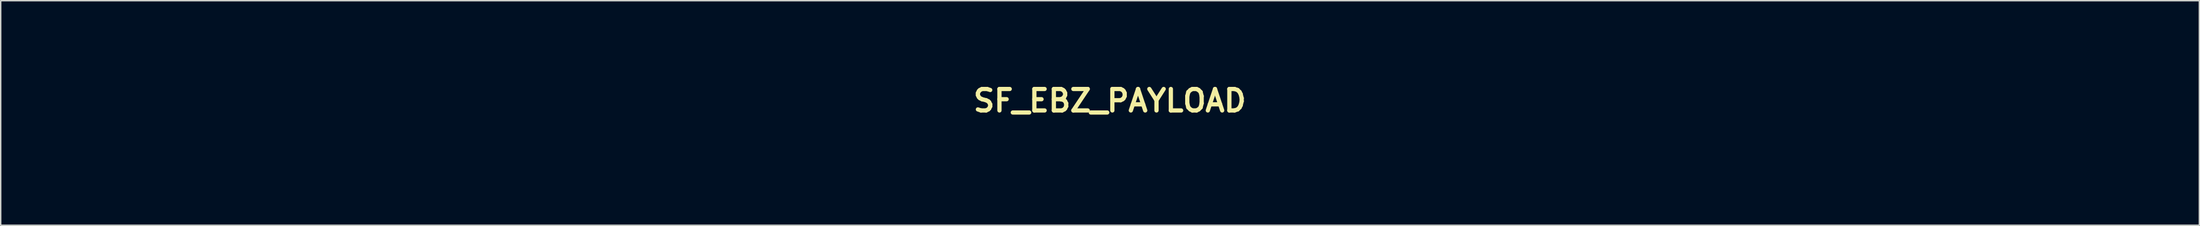
<source format=kicad_pcb>
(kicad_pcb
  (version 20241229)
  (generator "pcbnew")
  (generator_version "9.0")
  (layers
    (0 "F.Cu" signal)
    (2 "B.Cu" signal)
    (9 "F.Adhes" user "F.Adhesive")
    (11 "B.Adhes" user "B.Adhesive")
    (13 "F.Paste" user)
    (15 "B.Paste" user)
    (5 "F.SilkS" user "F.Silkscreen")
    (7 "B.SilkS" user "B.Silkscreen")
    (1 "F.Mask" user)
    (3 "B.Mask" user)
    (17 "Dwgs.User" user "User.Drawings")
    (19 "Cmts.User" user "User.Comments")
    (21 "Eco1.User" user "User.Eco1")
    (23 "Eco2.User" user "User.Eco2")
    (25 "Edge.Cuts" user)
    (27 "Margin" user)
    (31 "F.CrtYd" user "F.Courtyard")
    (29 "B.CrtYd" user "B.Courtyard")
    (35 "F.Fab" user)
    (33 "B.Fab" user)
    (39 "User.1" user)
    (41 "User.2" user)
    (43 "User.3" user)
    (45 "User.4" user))
  (footprint "SF_EBZ_PAYLOAD"
    (layer "F.Cu")
    (at 75.417 4.101)
    (property "Reference" "SF_EBZ_PAYLOAD" (at 0 0 0) (layer "F.SilkS") (effects (font (size 1.524 1.524) (thickness 0.3))))
    (attr through_hole)
    (fp_poly (pts (xy 67.12 0.286) (xy 67.088 0.318) (xy 67.056 0.286) (xy 67.088 0.254) (xy 67.12 0.286)) (stroke (width 0.01) (type solid)) (fill no) (layer "Eco2.User"))
    (fp_poly (pts (xy 52.18 3.391) (xy 52.161 3.419) (xy 52.096 3.424) (xy 52.029 3.408) (xy 52.058 3.386) (xy 52.157 3.378) (xy 52.18 3.391)) (stroke (width 0.01) (type solid)) (fill no) (layer "Eco2.User"))
    (fp_poly (pts (xy 67.046 -0.546) (xy 67.114 -0.482) (xy 67.1 -0.445) (xy 67.091 -0.445) (xy 67.038 -0.49) (xy 67.018 -0.518) (xy 67.011 -0.561) (xy 67.046 -0.546)) (stroke (width 0.01) (type solid)) (fill no) (layer "Eco2.User"))
    (fp_poly (pts (xy 51.293 1.607) (xy 51.308 1.625) (xy 51.217 1.634) (xy 51.149 1.635) (xy 51.026 1.629) (xy 51.008 1.614) (xy 51.039 1.606) (xy 51.204 1.596) (xy 51.293 1.607)) (stroke (width 0.01) (type solid)) (fill no) (layer "Eco2.User"))
    (fp_poly (pts (xy 42.92 -3.79) (xy 42.848 -3.766) (xy 42.657 -3.717) (xy 42.657 -3.716) (xy 42.405 -3.641) (xy 42.162 -3.55) (xy 42.051 -3.499) (xy 41.78 -3.314) (xy 41.518 -3.053) (xy 41.304 -2.761) (xy 41.194 -2.536) (xy 41.116 -2.318) (xy 41.043 -2.114) (xy 41.026 -2.064) (xy 40.959 -1.873) (xy 40.996 -2.095) (xy 41.132 -2.548) (xy 41.372 -2.957) (xy 41.697 -3.303) (xy 42.088 -3.57) (xy 42.526 -3.737) (xy 42.736 -3.775) (xy 42.881 -3.792) (xy 42.92 -3.79)) (stroke (width 0.01) (type solid)) (fill no) (layer "Eco2.User"))
    (fp_poly (pts (xy 57.753 -3.779) (xy 72.485 -3.778) (xy 72.835 -3.612) (xy 73.199 -3.39) (xy 73.52 -3.099) (xy 73.761 -2.777) (xy 73.79 -2.723) (xy 73.87 -2.54) (xy 73.944 -2.326) (xy 74.001 -2.118) (xy 74.032 -1.954) (xy 74.026 -1.869) (xy 74.025 -1.868) (xy 73.995 -1.902) (xy 73.959 -2.026) (xy 73.948 -2.077) (xy 73.803 -2.542) (xy 73.556 -2.96) (xy 73.225 -3.307) (xy 72.828 -3.56) (xy 72.809 -3.568) (xy 72.485 -3.715) (xy 57.753 -3.747) (xy 43.021 -3.78) (xy 57.753 -3.779)) (stroke (width 0.01) (type solid)) (fill no) (layer "Eco2.User"))
    (fp_poly (pts (xy 74.009 4.286) (xy 73.843 4.636) (xy 73.568 5.071) (xy 73.199 5.424) (xy 72.835 5.644) (xy 72.485 5.81) (xy 57.721 5.811) (xy 42.958 5.812) (xy 57.721 5.779) (xy 72.485 5.747) (xy 72.803 5.601) (xy 73.182 5.367) (xy 73.514 5.05) (xy 73.763 4.684) (xy 73.799 4.61) (xy 73.833 4.533) (xy 73.861 4.456) (xy 73.885 4.368) (xy 73.904 4.256) (xy 73.919 4.11) (xy 73.932 3.917) (xy 73.943 3.665) (xy 73.951 3.343) (xy 73.959 2.94) (xy 73.966 2.442) (xy 73.974 1.84) (xy 73.98 1.238) (xy 74.015 -1.81) (xy 74.009 4.286)) (stroke (width 0.01) (type solid)) (fill no) (layer "Eco2.User"))
    (fp_poly (pts (xy 41.018 1.206) (xy 41.026 1.911) (xy 41.033 2.501) (xy 41.041 2.987) (xy 41.048 3.381) (xy 41.057 3.694) (xy 41.068 3.938) (xy 41.081 4.126) (xy 41.096 4.267) (xy 41.116 4.375) (xy 41.14 4.46) (xy 41.168 4.535) (xy 41.199 4.604) (xy 41.383 4.916) (xy 41.626 5.208) (xy 41.891 5.438) (xy 42.005 5.51) (xy 42.172 5.584) (xy 42.403 5.667) (xy 42.577 5.722) (xy 42.751 5.778) (xy 42.842 5.818) (xy 42.831 5.833) (xy 42.831 5.833) (xy 42.69 5.815) (xy 42.499 5.768) (xy 42.45 5.753) (xy 41.968 5.541) (xy 41.573 5.236) (xy 41.263 4.836) (xy 41.155 4.636) (xy 40.989 4.286) (xy 40.983 -1.873) (xy 41.018 1.206)) (stroke (width 0.01) (type solid)) (fill no) (layer "Eco2.User"))
    (fp_poly (pts (xy -75.377 0.921) (xy -75.369 1.622) (xy -75.362 2.207) (xy -75.355 2.69) (xy -75.347 3.08) (xy -75.338 3.39) (xy -75.327 3.632) (xy -75.314 3.816) (xy -75.298 3.956) (xy -75.278 4.063) (xy -75.254 4.148) (xy -75.225 4.222) (xy -75.197 4.286) (xy -75.013 4.598) (xy -74.77 4.891) (xy -74.505 5.121) (xy -74.39 5.192) (xy -74.223 5.266) (xy -73.993 5.35) (xy -73.819 5.405) (xy -73.644 5.46) (xy -73.553 5.5) (xy -73.565 5.516) (xy -73.565 5.516) (xy -73.706 5.497) (xy -73.897 5.45) (xy -73.946 5.436) (xy -74.428 5.223) (xy -74.823 4.918) (xy -75.133 4.519) (xy -75.24 4.318) (xy -75.406 3.969) (xy -75.409 0.921) (xy -75.412 -2.127) (xy -75.377 0.921)) (stroke (width 0.01) (type solid)) (fill no) (layer "Eco2.User"))
    (fp_poly (pts (xy -72.555 -0.482) (xy -72.24 -0.328) (xy -71.969 -0.061) (xy -71.896 0.04) (xy -71.762 0.342) (xy -71.72 0.686) (xy -71.772 1.027) (xy -71.896 1.294) (xy -72.164 1.586) (xy -72.493 1.785) (xy -72.859 1.878) (xy -73.212 1.861) (xy -73.451 1.764) (xy -73.701 1.585) (xy -73.92 1.354) (xy -73.964 1.294) (xy -74.098 0.992) (xy -74.137 0.667) (xy -74.064 0.667) (xy -74.009 1.052) (xy -73.853 1.371) (xy -73.609 1.611) (xy -73.292 1.761) (xy -72.916 1.809) (xy -72.778 1.799) (xy -72.549 1.747) (xy -72.334 1.657) (xy -72.297 1.635) (xy -72.023 1.391) (xy -71.857 1.086) (xy -71.796 0.712) (xy -71.795 0.667) (xy -71.85 0.277) (xy -72.005 -0.041) (xy -72.251 -0.279) (xy -72.577 -0.424) (xy -72.93 -0.468) (xy -73.319 -0.413) (xy -73.638 -0.258) (xy -73.875 -0.012) (xy -74.02 0.314) (xy -74.064 0.667) (xy -74.137 0.667) (xy -74.139 0.648) (xy -74.088 0.306) (xy -73.964 0.04) (xy -73.702 -0.262) (xy -73.402 -0.449) (xy -73.047 -0.528) (xy -72.93 -0.532) (xy -72.555 -0.482)) (stroke (width 0.01) (type solid)) (fill no) (layer "Eco2.User"))
    (fp_poly (pts (xy -44.566 -0.491) (xy -44.299 -0.367) (xy -43.997 -0.106) (xy -43.811 0.194) (xy -43.732 0.55) (xy -43.728 0.667) (xy -43.78 1.051) (xy -43.942 1.373) (xy -44.217 1.643) (xy -44.274 1.683) (xy -44.527 1.801) (xy -44.837 1.868) (xy -45.139 1.872) (xy -45.208 1.861) (xy -45.447 1.764) (xy -45.698 1.585) (xy -45.916 1.354) (xy -45.96 1.294) (xy -46.062 1.113) (xy -46.112 0.922) (xy -46.125 0.667) (xy -46.061 0.667) (xy -46.005 1.052) (xy -45.849 1.371) (xy -45.606 1.611) (xy -45.289 1.761) (xy -44.912 1.809) (xy -44.775 1.799) (xy -44.545 1.747) (xy -44.331 1.657) (xy -44.293 1.635) (xy -44.019 1.391) (xy -43.854 1.086) (xy -43.793 0.712) (xy -43.792 0.667) (xy -43.846 0.277) (xy -44.001 -0.041) (xy -44.247 -0.279) (xy -44.574 -0.424) (xy -44.926 -0.468) (xy -45.316 -0.413) (xy -45.634 -0.258) (xy -45.872 -0.012) (xy -46.017 0.314) (xy -46.061 0.667) (xy -46.125 0.667) (xy -46.075 0.292) (xy -45.921 -0.023) (xy -45.654 -0.294) (xy -45.553 -0.367) (xy -45.251 -0.501) (xy -44.907 -0.543) (xy -44.566 -0.491)) (stroke (width 0.01) (type solid)) (fill no) (layer "Eco2.User"))
    (fp_poly (pts (xy 43.826 -0.174) (xy 44.093 -0.05) (xy 44.395 0.212) (xy 44.581 0.512) (xy 44.66 0.867) (xy 44.664 0.984) (xy 44.612 1.368) (xy 44.45 1.691) (xy 44.175 1.961) (xy 44.118 2.001) (xy 43.865 2.118) (xy 43.555 2.185) (xy 43.253 2.189) (xy 43.184 2.178) (xy 42.945 2.082) (xy 42.694 1.902) (xy 42.476 1.672) (xy 42.432 1.611) (xy 42.33 1.43) (xy 42.28 1.239) (xy 42.267 0.984) (xy 42.331 0.984) (xy 42.387 1.369) (xy 42.543 1.688) (xy 42.786 1.929) (xy 43.103 2.079) (xy 43.48 2.126) (xy 43.617 2.117) (xy 43.847 2.064) (xy 44.061 1.975) (xy 44.099 1.952) (xy 44.373 1.709) (xy 44.538 1.404) (xy 44.599 1.03) (xy 44.6 0.984) (xy 44.546 0.595) (xy 44.391 0.276) (xy 44.145 0.039) (xy 43.818 -0.106) (xy 43.466 -0.15) (xy 43.076 -0.096) (xy 42.758 0.059) (xy 42.52 0.305) (xy 42.375 0.632) (xy 42.331 0.984) (xy 42.267 0.984) (xy 42.317 0.61) (xy 42.471 0.295) (xy 42.738 0.024) (xy 42.839 -0.05) (xy 43.141 -0.184) (xy 43.485 -0.225) (xy 43.826 -0.174)) (stroke (width 0.01) (type solid)) (fill no) (layer "Eco2.User"))
    (fp_poly (pts (xy 71.83 -0.174) (xy 72.096 -0.05) (xy 72.398 0.212) (xy 72.585 0.512) (xy 72.664 0.867) (xy 72.668 0.984) (xy 72.615 1.368) (xy 72.454 1.691) (xy 72.178 1.961) (xy 72.122 2.001) (xy 71.868 2.118) (xy 71.558 2.185) (xy 71.257 2.189) (xy 71.187 2.178) (xy 70.948 2.082) (xy 70.698 1.902) (xy 70.479 1.672) (xy 70.435 1.611) (xy 70.334 1.43) (xy 70.284 1.239) (xy 70.271 0.984) (xy 70.335 0.984) (xy 70.39 1.369) (xy 70.546 1.688) (xy 70.79 1.929) (xy 71.107 2.079) (xy 71.483 2.126) (xy 71.621 2.117) (xy 71.85 2.064) (xy 72.065 1.975) (xy 72.102 1.952) (xy 72.376 1.709) (xy 72.542 1.404) (xy 72.603 1.03) (xy 72.604 0.984) (xy 72.549 0.595) (xy 72.394 0.276) (xy 72.148 0.039) (xy 71.822 -0.106) (xy 71.469 -0.15) (xy 71.08 -0.096) (xy 70.761 0.059) (xy 70.524 0.305) (xy 70.379 0.632) (xy 70.335 0.984) (xy 70.271 0.984) (xy 70.32 0.61) (xy 70.474 0.295) (xy 70.741 0.024) (xy 70.842 -0.05) (xy 71.144 -0.184) (xy 71.488 -0.225) (xy 71.83 -0.174)) (stroke (width 0.01) (type solid)) (fill no) (layer "Eco2.User"))
    (fp_poly (pts (xy -47.9 3.937) (xy -58.129 3.93) (xy -68.358 3.922) (xy -68.443 3.834) (xy -64.484 3.834) (xy -64.372 3.835) (xy -64.15 3.837) (xy -63.822 3.838) (xy -63.389 3.839) (xy -62.855 3.84) (xy -62.223 3.841) (xy -61.495 3.841) (xy -60.674 3.842) (xy -59.764 3.842) (xy -58.766 3.842) (xy -58.166 3.843) (xy -57.121 3.842) (xy -56.161 3.842) (xy -55.289 3.842) (xy -54.508 3.841) (xy -53.822 3.84) (xy -53.232 3.84) (xy -52.742 3.838) (xy -52.354 3.837) (xy -52.072 3.836) (xy -51.898 3.835) (xy -51.835 3.833) (xy -51.886 3.832) (xy -52.054 3.83) (xy -52.342 3.829) (xy -52.752 3.827) (xy -53.038 3.826) (xy -54.016 3.823) (xy -55.093 3.821) (xy -56.242 3.82) (xy -57.435 3.819) (xy -58.645 3.819) (xy -59.844 3.82) (xy -61.005 3.821) (xy -62.099 3.823) (xy -63.1 3.825) (xy -63.294 3.826) (xy -63.774 3.828) (xy -64.131 3.829) (xy -64.366 3.831) (xy -64.482 3.833) (xy -64.484 3.834) (xy -68.443 3.834) (xy -69.913 2.308) (xy -69.913 -1.587) (xy -69.85 -1.587) (xy -69.85 2.316) (xy -68.437 3.733) (xy -58.201 3.743) (xy -47.965 3.753) (xy -47.966 1.083) (xy -47.967 -1.587) (xy -69.85 -1.587) (xy -69.913 -1.587) (xy -69.913 -1.714) (xy -47.901 -1.714) (xy -47.9 3.937)) (stroke (width 0.01) (type solid)) (fill no) (layer "Eco2.User"))
    (fp_poly (pts (xy 48.269 -0.695) (xy 48.447 -0.573) (xy 48.6 -0.39) (xy 48.692 -0.192) (xy 48.704 -0.108) (xy 48.653 0.1) (xy 48.522 0.309) (xy 48.347 0.463) (xy 48.326 0.475) (xy 48.104 0.559) (xy 47.91 0.546) (xy 47.715 0.452) (xy 47.506 0.261) (xy 47.403 0.024) (xy 47.407 -0.159) (xy 47.462 -0.159) (xy 47.476 0.07) (xy 47.58 0.276) (xy 47.745 0.413) (xy 47.968 0.496) (xy 48.178 0.476) (xy 48.319 0.415) (xy 48.46 0.315) (xy 48.542 0.21) (xy 48.554 0.15) (xy 48.503 0.178) (xy 48.434 0.24) (xy 48.234 0.355) (xy 48.008 0.374) (xy 47.804 0.298) (xy 47.752 0.254) (xy 47.65 0.081) (xy 47.626 -0.089) (xy 47.688 -0.089) (xy 47.741 0.114) (xy 47.876 0.253) (xy 48.058 0.313) (xy 48.253 0.282) (xy 48.387 0.191) (xy 48.492 0.011) (xy 48.493 -0.095) (xy 48.59 -0.095) (xy 48.597 0.013) (xy 48.617 0.023) (xy 48.619 0.017) (xy 48.632 -0.109) (xy 48.622 -0.173) (xy 48.601 -0.199) (xy 48.59 -0.115) (xy 48.59 -0.095) (xy 48.493 -0.095) (xy 48.494 -0.183) (xy 48.409 -0.357) (xy 48.252 -0.476) (xy 48.09 -0.508) (xy 47.878 -0.453) (xy 47.737 -0.304) (xy 47.688 -0.089) (xy 47.626 -0.089) (xy 47.62 -0.131) (xy 47.661 -0.333) (xy 47.766 -0.473) (xy 47.995 -0.562) (xy 48.239 -0.543) (xy 48.439 -0.429) (xy 48.541 -0.338) (xy 48.567 -0.332) (xy 48.531 -0.409) (xy 48.525 -0.42) (xy 48.39 -0.561) (xy 48.187 -0.657) (xy 47.971 -0.682) (xy 47.91 -0.672) (xy 47.684 -0.561) (xy 47.533 -0.38) (xy 47.462 -0.159) (xy 47.407 -0.159) (xy 47.409 -0.229) (xy 47.528 -0.472) (xy 47.59 -0.543) (xy 47.826 -0.704) (xy 48.084 -0.742) (xy 48.269 -0.695)) (stroke (width 0.01) (type solid)) (fill no) (layer "Eco2.User"))
    (fp_poly (pts (xy -43.561 -3.93) (xy -43.126 -3.654) (xy -42.772 -3.286) (xy -42.552 -2.921) (xy -42.386 -2.572) (xy -42.386 3.969) (xy -42.552 4.318) (xy -42.828 4.753) (xy -43.196 5.107) (xy -43.561 5.327) (xy -43.91 5.493) (xy -73.374 5.494) (xy -43.91 5.429) (xy -43.579 5.28) (xy -43.239 5.07) (xy -42.926 4.777) (xy -42.678 4.439) (xy -42.572 4.221) (xy -42.544 4.144) (xy -42.521 4.059) (xy -42.502 3.955) (xy -42.487 3.821) (xy -42.475 3.645) (xy -42.466 3.416) (xy -42.459 3.122) (xy -42.455 2.753) (xy -42.452 2.297) (xy -42.45 1.743) (xy -42.45 1.08) (xy -42.45 0.667) (xy -42.45 -2.572) (xy -42.599 -2.903) (xy -42.809 -3.243) (xy -43.102 -3.556) (xy -43.44 -3.804) (xy -43.658 -3.91) (xy -43.695 -3.924) (xy -43.737 -3.936) (xy -43.79 -3.947) (xy -43.858 -3.958) (xy -43.946 -3.967) (xy -44.059 -3.976) (xy -44.202 -3.984) (xy -44.379 -3.991) (xy -44.597 -3.997) (xy -44.858 -4.003) (xy -45.17 -4.008) (xy -45.535 -4.012) (xy -45.96 -4.016) (xy -46.449 -4.019) (xy -47.007 -4.022) (xy -47.639 -4.025) (xy -48.349 -4.027) (xy -49.143 -4.028) (xy -50.026 -4.029) (xy -51.002 -4.03) (xy -52.076 -4.031) (xy -53.253 -4.032) (xy -54.538 -4.032) (xy -55.937 -4.032) (xy -57.453 -4.032) (xy -58.896 -4.032) (xy -60.521 -4.032) (xy -62.023 -4.032) (xy -63.408 -4.032) (xy -64.681 -4.032) (xy -65.846 -4.031) (xy -66.909 -4.03) (xy -67.874 -4.029) (xy -68.746 -4.028) (xy -69.531 -4.026) (xy -70.232 -4.024) (xy -70.855 -4.022) (xy -71.404 -4.019) (xy -71.886 -4.016) (xy -72.304 -4.012) (xy -72.663 -4.007) (xy -72.968 -4.002) (xy -73.225 -3.996) (xy -73.437 -3.99) (xy -73.61 -3.983) (xy -73.749 -3.975) (xy -73.859 -3.966) (xy -73.945 -3.956) (xy -74.01 -3.946) (xy -74.061 -3.935) (xy -74.102 -3.922) (xy -74.133 -3.911) (xy -74.414 -3.764) (xy -74.699 -3.551) (xy -74.944 -3.309) (xy -75.104 -3.083) (xy -75.182 -2.91) (xy -75.271 -2.68) (xy -75.32 -2.54) (xy -75.379 -2.373) (xy -75.406 -2.329) (xy -75.4 -2.406) (xy -75.399 -2.413) (xy -75.264 -2.864) (xy -75.021 -3.278) (xy -74.688 -3.633) (xy -74.283 -3.905) (xy -74.231 -3.93) (xy -73.882 -4.096) (xy -43.91 -4.096) (xy -43.561 -3.93)) (stroke (width 0.01) (type solid)) (fill no) (layer "Eco2.User"))
    (fp_poly (pts (xy 66.955 -0.754) (xy 67.024 -0.716) (xy 67.109 -0.627) (xy 67.23 -0.468) (xy 67.346 -0.305) (xy 67.513 -0.071) (xy 67.307 0.185) (xy 67.18 0.322) (xy 67.076 0.397) (xy 67.036 0.4) (xy 66.998 0.408) (xy 67.011 0.466) (xy 67.013 0.547) (xy 66.914 0.571) (xy 66.903 0.572) (xy 66.745 0.512) (xy 66.584 0.349) (xy 66.489 0.201) (xy 66.449 0.089) (xy 66.501 0.089) (xy 66.514 0.149) (xy 66.576 0.254) (xy 66.654 0.358) (xy 66.716 0.413) (xy 66.728 0.412) (xy 66.712 0.352) (xy 66.644 0.232) (xy 66.64 0.226) (xy 66.557 0.119) (xy 66.503 0.088) (xy 66.501 0.089) (xy 66.449 0.089) (xy 66.449 0.089) (xy 66.453 0.063) (xy 66.438 0.009) (xy 66.393 0) (xy 66.312 -0.025) (xy 66.31 -0.1) (xy 66.359 -0.1) (xy 66.392 -0.111) (xy 66.392 -0.111) (xy 66.495 -0.111) (xy 66.515 -0.028) (xy 66.598 0.098) (xy 66.715 0.234) (xy 66.835 0.347) (xy 66.927 0.401) (xy 66.95 0.398) (xy 67.063 0.351) (xy 67.088 0.347) (xy 67.135 0.295) (xy 67.133 0.259) (xy 67.149 0.186) (xy 67.199 0.186) (xy 67.207 0.191) (xy 67.265 0.146) (xy 67.278 0.127) (xy 67.294 0.068) (xy 67.286 0.064) (xy 67.228 0.108) (xy 67.215 0.127) (xy 67.199 0.186) (xy 67.149 0.186) (xy 67.157 0.149) (xy 67.213 0.065) (xy 67.273 -0.064) (xy 67.374 -0.064) (xy 67.397 -0.011) (xy 67.416 -0.021) (xy 67.423 -0.097) (xy 67.416 -0.106) (xy 67.378 -0.097) (xy 67.374 -0.064) (xy 67.273 -0.064) (xy 67.283 -0.084) (xy 67.278 -0.254) (xy 67.217 -0.363) (xy 67.195 -0.365) (xy 67.214 -0.324) (xy 67.233 -0.265) (xy 67.188 -0.282) (xy 67.137 -0.375) (xy 67.144 -0.417) (xy 67.128 -0.522) (xy 67.006 -0.596) (xy 66.929 -0.614) (xy 66.846 -0.574) (xy 66.729 -0.458) (xy 66.606 -0.301) (xy 66.507 -0.137) (xy 66.495 -0.111) (xy 66.392 -0.111) (xy 66.476 -0.202) (xy 66.546 -0.29) (xy 66.657 -0.447) (xy 66.725 -0.565) (xy 66.737 -0.599) (xy 66.704 -0.588) (xy 66.62 -0.496) (xy 66.55 -0.408) (xy 66.439 -0.252) (xy 66.371 -0.134) (xy 66.359 -0.1) (xy 66.31 -0.1) (xy 66.31 -0.108) (xy 66.389 -0.261) (xy 66.522 -0.452) (xy 66.692 -0.651) (xy 66.833 -0.752) (xy 66.88 -0.762) (xy 66.955 -0.754)) (stroke (width 0.01) (type solid)) (fill no) (layer "Eco2.User"))
    (fp_poly (pts (xy 63.967 1.615) (xy 64.049 1.683) (xy 64.133 1.756) (xy 64.239 1.778) (xy 64.392 1.778) (xy 64.375 2.746) (xy 64.367 3.116) (xy 64.358 3.38) (xy 64.345 3.556) (xy 64.323 3.665) (xy 64.291 3.727) (xy 64.245 3.763) (xy 64.214 3.777) (xy 64.104 3.867) (xy 64.072 3.952) (xy 64.047 4.023) (xy 63.952 4.056) (xy 63.786 4.064) (xy 63.606 4.055) (xy 63.522 4.02) (xy 63.5 3.945) (xy 63.5 3.942) (xy 63.499 3.937) (xy 63.563 3.937) (xy 63.619 3.979) (xy 63.757 4) (xy 63.786 4) (xy 63.933 3.985) (xy 64.006 3.945) (xy 64.008 3.937) (xy 63.952 3.895) (xy 63.815 3.874) (xy 63.786 3.873) (xy 63.639 3.889) (xy 63.565 3.929) (xy 63.563 3.937) (xy 63.499 3.937) (xy 63.485 3.877) (xy 63.422 3.837) (xy 63.284 3.814) (xy 63.055 3.799) (xy 62.823 3.791) (xy 62.69 3.798) (xy 62.629 3.828) (xy 62.612 3.888) (xy 62.611 3.921) (xy 62.574 4.037) (xy 62.484 4.064) (xy 62.378 4.019) (xy 62.357 3.937) (xy 62.33 3.873) (xy 62.42 3.873) (xy 62.469 3.935) (xy 62.484 3.937) (xy 62.546 3.889) (xy 62.547 3.873) (xy 62.499 3.812) (xy 62.484 3.81) (xy 62.422 3.858) (xy 62.42 3.873) (xy 62.33 3.873) (xy 62.312 3.831) (xy 62.23 3.81) (xy 62.124 3.855) (xy 62.103 3.937) (xy 62.063 4.04) (xy 62.008 4.064) (xy 61.93 4.011) (xy 61.913 3.937) (xy 61.889 3.873) (xy 61.976 3.873) (xy 61.999 3.926) (xy 62.018 3.916) (xy 62.026 3.84) (xy 62.018 3.831) (xy 61.981 3.84) (xy 61.976 3.873) (xy 61.889 3.873) (xy 61.875 3.837) (xy 61.754 3.81) (xy 61.629 3.84) (xy 61.595 3.937) (xy 61.555 4.04) (xy 61.5 4.064) (xy 61.422 4.011) (xy 61.404 3.937) (xy 61.381 3.873) (xy 61.468 3.873) (xy 61.491 3.926) (xy 61.51 3.916) (xy 61.518 3.84) (xy 61.51 3.831) (xy 61.473 3.84) (xy 61.468 3.873) (xy 61.381 3.873) (xy 61.367 3.837) (xy 61.246 3.81) (xy 61.121 3.84) (xy 61.087 3.937) (xy 61.047 4.04) (xy 60.992 4.064) (xy 60.914 4.011) (xy 60.897 3.937) (xy 60.873 3.873) (xy 60.96 3.873) (xy 60.983 3.926) (xy 61.002 3.916) (xy 61.01 3.84) (xy 61.002 3.831) (xy 60.965 3.84) (xy 60.96 3.873) (xy 60.873 3.873) (xy 60.859 3.837) (xy 60.738 3.81) (xy 60.613 3.84) (xy 60.579 3.937) (xy 60.539 4.04) (xy 60.484 4.064) (xy 60.406 4.011) (xy 60.389 3.937) (xy 60.365 3.873) (xy 60.452 3.873) (xy 60.475 3.926) (xy 60.494 3.916) (xy 60.502 3.84) (xy 60.494 3.831) (xy 60.457 3.84) (xy 60.452 3.873) (xy 60.365 3.873) (xy 60.351 3.837) (xy 60.23 3.81) (xy 60.105 3.84) (xy 60.071 3.937) (xy 60.031 4.04) (xy 59.976 4.064) (xy 59.898 4.011) (xy 59.88 3.937) (xy 59.854 3.873) (xy 59.944 3.873) (xy 59.967 3.926) (xy 59.986 3.916) (xy 59.994 3.84) (xy 59.986 3.831) (xy 59.949 3.84) (xy 59.944 3.873) (xy 59.854 3.873) (xy 59.836 3.831) (xy 59.754 3.81) (xy 59.647 3.855) (xy 59.627 3.937) (xy 59.582 4.043) (xy 59.499 4.064) (xy 59.393 4.019) (xy 59.373 3.937) (xy 59.346 3.873) (xy 59.436 3.873) (xy 59.484 3.935) (xy 59.499 3.937) (xy 59.561 3.889) (xy 59.563 3.873) (xy 59.515 3.812) (xy 59.499 3.81) (xy 59.438 3.858) (xy 59.436 3.873) (xy 59.346 3.873) (xy 59.328 3.831) (xy 59.245 3.81) (xy 59.139 3.855) (xy 59.118 3.937) (xy 59.074 4.043) (xy 58.992 4.064) (xy 58.885 4.019) (xy 58.864 3.937) (xy 58.838 3.873) (xy 58.928 3.873) (xy 58.976 3.935) (xy 58.992 3.937) (xy 59.053 3.889) (xy 59.055 3.873) (xy 59.007 3.812) (xy 58.992 3.81) (xy 58.93 3.858) (xy 58.928 3.873) (xy 58.838 3.873) (xy 58.82 3.831) (xy 58.737 3.81) (xy 58.631 3.855) (xy 58.611 3.937) (xy 58.566 4.043) (xy 58.483 4.064) (xy 58.377 4.019) (xy 58.356 3.937) (xy 58.33 3.873) (xy 58.42 3.873) (xy 58.468 3.935) (xy 58.483 3.937) (xy 58.545 3.889) (xy 58.547 3.873) (xy 58.499 3.812) (xy 58.483 3.81) (xy 58.422 3.858) (xy 58.42 3.873) (xy 58.33 3.873) (xy 58.312 3.831) (xy 58.23 3.81) (xy 58.123 3.855) (xy 58.102 3.937) (xy 58.063 4.04) (xy 58.007 4.064) (xy 57.93 4.011) (xy 57.912 3.937) (xy 57.888 3.873) (xy 57.975 3.873) (xy 57.999 3.926) (xy 58.018 3.916) (xy 58.025 3.84) (xy 58.018 3.831) (xy 57.98 3.84) (xy 57.975 3.873) (xy 57.888 3.873) (xy 57.875 3.837) (xy 57.753 3.81) (xy 57.629 3.84) (xy 57.594 3.937) (xy 57.555 4.04) (xy 57.499 4.064) (xy 57.422 4.011) (xy 57.404 3.937) (xy 57.38 3.873) (xy 57.468 3.873) (xy 57.491 3.926) (xy 57.51 3.916) (xy 57.517 3.84) (xy 57.51 3.831) (xy 57.472 3.84) (xy 57.468 3.873) (xy 57.38 3.873) (xy 57.367 3.837) (xy 57.245 3.81) (xy 57.121 3.84) (xy 57.087 3.937) (xy 57.047 4.04) (xy 56.991 4.064) (xy 56.914 4.011) (xy 56.896 3.937) (xy 56.872 3.873) (xy 56.959 3.873) (xy 56.983 3.926) (xy 57.002 3.916) (xy 57.009 3.84) (xy 57.002 3.831) (xy 56.964 3.84) (xy 56.959 3.873) (xy 56.872 3.873) (xy 56.859 3.837) (xy 56.737 3.81) (xy 56.613 3.84) (xy 56.578 3.937) (xy 56.539 4.04) (xy 56.483 4.064) (xy 56.406 4.011) (xy 56.388 3.937) (xy 56.364 3.873) (xy 56.452 3.873) (xy 56.475 3.926) (xy 56.494 3.916) (xy 56.501 3.84) (xy 56.494 3.831) (xy 56.456 3.84) (xy 56.452 3.873) (xy 56.364 3.873) (xy 56.351 3.837) (xy 56.229 3.81) (xy 56.105 3.84) (xy 56.071 3.937) (xy 56.031 4.04) (xy 55.975 4.064) (xy 55.898 4.011) (xy 55.88 3.937) (xy 55.853 3.873) (xy 55.944 3.873) (xy 55.967 3.926) (xy 55.986 3.916) (xy 55.993 3.84) (xy 55.986 3.831) (xy 55.948 3.84) (xy 55.944 3.873) (xy 55.853 3.873) (xy 55.835 3.831) (xy 55.753 3.81) (xy 55.647 3.855) (xy 55.626 3.937) (xy 55.581 4.043) (xy 55.499 4.064) (xy 55.393 4.019) (xy 55.372 3.937) (xy 55.345 3.873) (xy 55.435 3.873) (xy 55.484 3.935) (xy 55.499 3.937) (xy 55.561 3.889) (xy 55.562 3.873) (xy 55.514 3.812) (xy 55.499 3.81) (xy 55.437 3.858) (xy 55.435 3.873) (xy 55.345 3.873) (xy 55.327 3.831) (xy 55.245 3.81) (xy 55.139 3.855) (xy 55.118 3.937) (xy 55.073 4.043) (xy 54.991 4.064) (xy 54.885 4.019) (xy 54.864 3.937) (xy 54.837 3.873) (xy 54.928 3.873) (xy 54.976 3.935) (xy 54.991 3.937) (xy 55.053 3.889) (xy 55.054 3.873) (xy 55.006 3.812) (xy 54.991 3.81) (xy 54.929 3.858) (xy 54.928 3.873) (xy 54.837 3.873) (xy 54.819 3.831) (xy 54.737 3.81) (xy 54.631 3.855) (xy 54.61 3.937) (xy 54.565 4.043) (xy 54.483 4.064) (xy 54.377 4.019) (xy 54.356 3.937) (xy 54.329 3.873) (xy 54.419 3.873) (xy 54.468 3.935) (xy 54.483 3.937) (xy 54.545 3.889) (xy 54.547 3.873) (xy 54.498 3.812) (xy 54.483 3.81) (xy 54.421 3.858) (xy 54.419 3.873) (xy 54.329 3.873) (xy 54.311 3.831) (xy 54.229 3.81) (xy 54.123 3.855) (xy 54.102 3.937) (xy 54.062 4.04) (xy 54.007 4.064) (xy 53.929 4.011) (xy 53.911 3.937) (xy 53.888 3.873) (xy 53.975 3.873) (xy 53.998 3.926) (xy 54.017 3.916) (xy 54.025 3.84) (xy 54.017 3.831) (xy 53.98 3.84) (xy 53.975 3.873) (xy 53.888 3.873) (xy 53.874 3.837) (xy 53.753 3.81) (xy 53.628 3.84) (xy 53.594 3.937) (xy 53.554 4.04) (xy 53.499 4.064) (xy 53.421 4.011) (xy 53.404 3.937) (xy 53.38 3.873) (xy 53.467 3.873) (xy 53.49 3.926) (xy 53.509 3.916) (xy 53.517 3.84) (xy 53.509 3.831) (xy 53.472 3.84) (xy 53.467 3.873) (xy 53.38 3.873) (xy 53.366 3.837) (xy 53.245 3.81) (xy 53.12 3.84) (xy 53.086 3.937) (xy 53.046 4.04) (xy 52.991 4.064) (xy 52.913 4.011) (xy 52.895 3.937) (xy 52.872 3.873) (xy 52.959 3.873) (xy 52.982 3.926) (xy 53.001 3.916) (xy 53.009 3.84) (xy 53.001 3.831) (xy 52.964 3.84) (xy 52.959 3.873) (xy 52.872 3.873) (xy 52.858 3.837) (xy 52.737 3.81) (xy 52.612 3.84) (xy 52.578 3.937) (xy 52.538 4.04) (xy 52.483 4.064) (xy 52.405 4.011) (xy 52.388 3.941) (xy 52.357 3.873) (xy 52.451 3.873) (xy 52.474 3.926) (xy 52.493 3.916) (xy 52.501 3.84) (xy 52.493 3.831) (xy 52.456 3.84) (xy 52.451 3.873) (xy 52.357 3.873) (xy 52.346 3.849) (xy 52.213 3.799) (xy 51.978 3.788) (xy 51.774 3.8) (xy 51.586 3.834) (xy 51.494 3.904) (xy 51.479 3.943) (xy 51.398 4.032) (xy 51.251 4.072) (xy 51.084 4.063) (xy 50.947 4.007) (xy 50.895 3.937) (xy 50.883 3.923) (xy 50.955 3.923) (xy 50.959 3.937) (xy 51.045 3.983) (xy 51.181 4) (xy 51.326 3.981) (xy 51.403 3.937) (xy 51.374 3.895) (xy 51.24 3.875) (xy 51.181 3.873) (xy 51.018 3.887) (xy 50.955 3.923) (xy 50.883 3.923) (xy 50.811 3.834) (xy 50.732 3.81) (xy 50.686 3.803) (xy 50.653 3.77) (xy 50.632 3.694) (xy 50.622 3.59) (xy 50.675 3.59) (xy 50.715 3.704) (xy 50.715 3.704) (xy 50.805 3.737) (xy 50.947 3.746) (xy 51.087 3.732) (xy 51.173 3.699) (xy 51.181 3.683) (xy 51.234 3.632) (xy 51.313 3.619) (xy 51.498 3.619) (xy 51.543 3.726) (xy 51.626 3.747) (xy 51.732 3.702) (xy 51.752 3.619) (xy 51.752 3.619) (xy 51.881 3.619) (xy 51.925 3.672) (xy 52.059 3.719) (xy 52.213 3.739) (xy 52.254 3.723) (xy 52.633 3.723) (xy 52.717 3.734) (xy 52.737 3.734) (xy 52.845 3.727) (xy 52.855 3.707) (xy 52.849 3.705) (xy 52.723 3.692) (xy 52.659 3.702) (xy 52.633 3.723) (xy 52.254 3.723) (xy 52.306 3.701) (xy 52.324 3.651) (xy 52.277 3.582) (xy 52.393 3.582) (xy 52.404 3.665) (xy 52.426 3.666) (xy 52.441 3.581) (xy 52.434 3.556) (xy 52.578 3.556) (xy 52.632 3.604) (xy 52.737 3.619) (xy 52.856 3.598) (xy 52.871 3.582) (xy 53.028 3.582) (xy 53.039 3.665) (xy 53.061 3.666) (xy 53.066 3.639) (xy 53.15 3.639) (xy 53.173 3.664) (xy 53.249 3.683) (xy 53.391 3.699) (xy 53.61 3.712) (xy 53.916 3.722) (xy 54.321 3.729) (xy 54.837 3.735) (xy 55.118 3.738) (xy 55.674 3.741) (xy 56.116 3.742) (xy 56.457 3.741) (xy 56.709 3.735) (xy 56.885 3.726) (xy 56.909 3.723) (xy 57.395 3.723) (xy 57.48 3.734) (xy 57.499 3.734) (xy 57.608 3.727) (xy 57.617 3.707) (xy 57.612 3.705) (xy 57.486 3.692) (xy 57.421 3.702) (xy 57.395 3.723) (xy 56.909 3.723) (xy 56.997 3.712) (xy 57.06 3.693) (xy 57.084 3.668) (xy 57.087 3.654) (xy 57.074 3.626) (xy 57.03 3.604) (xy 56.94 3.587) (xy 56.882 3.582) (xy 57.155 3.582) (xy 57.167 3.665) (xy 57.188 3.666) (xy 57.204 3.581) (xy 57.197 3.556) (xy 57.34 3.556) (xy 57.395 3.604) (xy 57.499 3.619) (xy 57.557 3.609) (xy 57.849 3.609) (xy 57.887 3.7) (xy 57.894 3.708) (xy 57.967 3.718) (xy 58.151 3.727) (xy 58.429 3.733) (xy 58.788 3.737) (xy 59.209 3.738) (xy 59.679 3.736) (xy 59.873 3.734) (xy 60.452 3.727) (xy 60.767 3.721) (xy 62.099 3.721) (xy 62.187 3.731) (xy 62.23 3.732) (xy 62.346 3.725) (xy 62.359 3.709) (xy 62.341 3.703) (xy 62.18 3.693) (xy 62.119 3.703) (xy 62.099 3.721) (xy 60.767 3.721) (xy 60.913 3.718) (xy 61.269 3.708) (xy 61.528 3.694) (xy 61.702 3.678) (xy 61.8 3.658) (xy 61.833 3.635) (xy 61.815 3.612) (xy 61.738 3.594) (xy 61.617 3.582) (xy 61.918 3.582) (xy 61.929 3.665) (xy 61.951 3.666) (xy 61.958 3.627) (xy 62.611 3.627) (xy 62.653 3.704) (xy 62.744 3.743) (xy 62.903 3.725) (xy 62.976 3.706) (xy 63.099 3.653) (xy 63.103 3.619) (xy 63.246 3.619) (xy 63.286 3.723) (xy 63.341 3.747) (xy 63.419 3.694) (xy 63.437 3.619) (xy 63.425 3.589) (xy 63.637 3.589) (xy 63.711 3.661) (xy 63.86 3.712) (xy 64.06 3.727) (xy 64.072 3.726) (xy 64.229 3.701) (xy 64.3 3.63) (xy 64.314 3.572) (xy 64.285 3.407) (xy 64.175 3.281) (xy 64.044 3.239) (xy 63.957 3.287) (xy 63.944 3.334) (xy 63.893 3.417) (xy 63.847 3.429) (xy 63.717 3.47) (xy 63.665 3.507) (xy 63.637 3.589) (xy 63.425 3.589) (xy 63.397 3.516) (xy 63.341 3.493) (xy 63.264 3.545) (xy 63.246 3.619) (xy 63.103 3.619) (xy 63.105 3.602) (xy 63.004 3.566) (xy 62.865 3.556) (xy 62.677 3.574) (xy 62.611 3.627) (xy 61.958 3.627) (xy 61.966 3.581) (xy 61.959 3.556) (xy 62.039 3.556) (xy 62.095 3.601) (xy 62.228 3.619) (xy 62.23 3.619) (xy 62.364 3.601) (xy 62.42 3.557) (xy 62.42 3.556) (xy 62.365 3.511) (xy 62.232 3.493) (xy 62.23 3.493) (xy 62.096 3.511) (xy 62.04 3.555) (xy 62.039 3.556) (xy 61.959 3.556) (xy 61.956 3.544) (xy 61.928 3.52) (xy 61.918 3.582) (xy 61.617 3.582) (xy 61.591 3.58) (xy 61.362 3.569) (xy 61.043 3.562) (xy 60.622 3.558) (xy 60.088 3.556) (xy 59.854 3.556) (xy 59.364 3.558) (xy 58.917 3.562) (xy 58.529 3.569) (xy 58.214 3.579) (xy 57.988 3.59) (xy 57.866 3.602) (xy 57.849 3.609) (xy 57.557 3.609) (xy 57.619 3.598) (xy 57.658 3.556) (xy 57.604 3.508) (xy 57.499 3.493) (xy 57.38 3.514) (xy 57.34 3.556) (xy 57.197 3.556) (xy 57.193 3.544) (xy 57.165 3.52) (xy 57.155 3.582) (xy 56.882 3.582) (xy 56.792 3.575) (xy 56.573 3.566) (xy 56.271 3.56) (xy 55.873 3.557) (xy 55.365 3.556) (xy 55.118 3.556) (xy 54.548 3.557) (xy 54.094 3.56) (xy 53.743 3.566) (xy 53.486 3.575) (xy 53.31 3.588) (xy 53.203 3.605) (xy 53.155 3.626) (xy 53.15 3.639) (xy 53.066 3.639) (xy 53.076 3.581) (xy 53.066 3.544) (xy 53.038 3.52) (xy 53.028 3.582) (xy 52.871 3.582) (xy 52.895 3.556) (xy 52.841 3.508) (xy 52.737 3.493) (xy 52.617 3.514) (xy 52.578 3.556) (xy 52.434 3.556) (xy 52.431 3.544) (xy 52.403 3.52) (xy 52.393 3.582) (xy 52.277 3.582) (xy 52.276 3.581) (xy 52.122 3.556) (xy 52.102 3.556) (xy 51.936 3.574) (xy 51.881 3.619) (xy 51.752 3.619) (xy 51.708 3.513) (xy 51.626 3.493) (xy 51.519 3.537) (xy 51.498 3.619) (xy 51.313 3.619) (xy 51.403 3.609) (xy 51.38 3.556) (xy 51.349 3.524) (xy 51.226 3.445) (xy 51.154 3.429) (xy 51.097 3.397) (xy 51.498 3.397) (xy 51.53 3.429) (xy 51.562 3.397) (xy 51.689 3.397) (xy 51.721 3.429) (xy 51.752 3.397) (xy 51.721 3.365) (xy 51.689 3.397) (xy 51.562 3.397) (xy 51.53 3.365) (xy 51.498 3.397) (xy 51.097 3.397) (xy 51.067 3.38) (xy 51.054 3.334) (xy 51.006 3.258) (xy 50.896 3.243) (xy 50.774 3.293) (xy 50.749 3.315) (xy 50.689 3.436) (xy 50.675 3.59) (xy 50.622 3.59) (xy 50.618 3.554) (xy 50.612 3.334) (xy 50.611 3.207) (xy 50.673 3.207) (xy 50.705 3.239) (xy 50.736 3.207) (xy 50.705 3.175) (xy 50.673 3.207) (xy 50.611 3.207) (xy 50.61 3.015) (xy 50.61 2.826) (xy 50.689 2.826) (xy 50.694 2.956) (xy 50.709 2.99) (xy 50.717 2.969) (xy 50.728 2.817) (xy 50.718 2.715) (xy 50.701 2.68) (xy 50.691 2.756) (xy 50.689 2.826) (xy 50.61 2.826) (xy 50.609 2.798) (xy 50.609 2.508) (xy 50.673 2.508) (xy 50.705 2.54) (xy 50.736 2.508) (xy 50.705 2.477) (xy 50.8 2.477) (xy 50.848 2.538) (xy 50.864 2.54) (xy 50.907 2.594) (xy 50.925 2.725) (xy 50.918 2.887) (xy 50.888 3.031) (xy 50.851 3.099) (xy 50.818 3.157) (xy 50.895 3.175) (xy 50.914 3.175) (xy 50.992 3.164) (xy 51.034 3.111) (xy 51.051 2.987) (xy 51.054 2.794) (xy 51.054 2.791) (xy 51.117 2.791) (xy 51.117 3.36) (xy 51.498 3.347) (xy 51.878 3.334) (xy 51.879 3.111) (xy 51.943 3.111) (xy 51.943 3.26) (xy 51.953 3.386) (xy 51.969 3.434) (xy 52.037 3.439) (xy 52.224 3.443) (xy 52.523 3.446) (xy 52.926 3.447) (xy 53.425 3.448) (xy 54.014 3.448) (xy 54.684 3.446) (xy 55.427 3.444) (xy 56.237 3.441) (xy 57.106 3.437) (xy 58.025 3.432) (xy 58.988 3.426) (xy 59.987 3.419) (xy 60.843 3.413) (xy 61.338 3.411) (xy 61.786 3.411) (xy 62.173 3.415) (xy 62.485 3.421) (xy 62.708 3.43) (xy 62.828 3.44) (xy 62.843 3.448) (xy 62.827 3.482) (xy 62.897 3.479) (xy 63.008 3.405) (xy 63.044 3.286) (xy 63.064 3.111) (xy 51.943 3.111) (xy 51.879 3.111) (xy 51.879 2.776) (xy 51.878 2.603) (xy 51.943 2.603) (xy 51.943 2.985) (xy 63.056 2.985) (xy 63.056 2.777) (xy 63.119 2.777) (xy 63.119 3.348) (xy 63.294 3.324) (xy 63.406 3.313) (xy 63.403 3.332) (xy 63.341 3.366) (xy 63.263 3.411) (xy 63.296 3.414) (xy 63.373 3.399) (xy 63.566 3.374) (xy 63.706 3.366) (xy 63.881 3.365) (xy 63.881 3.207) (xy 64.262 3.207) (xy 64.294 3.239) (xy 64.326 3.207) (xy 64.294 3.175) (xy 64.262 3.207) (xy 63.881 3.207) (xy 63.881 2.794) (xy 63.944 2.794) (xy 63.948 3.005) (xy 63.967 3.119) (xy 64.011 3.163) (xy 64.087 3.168) (xy 64.173 3.157) (xy 64.137 3.136) (xy 64.119 3.131) (xy 64.044 3.054) (xy 64.006 2.907) (xy 64.008 2.826) (xy 64.088 2.826) (xy 64.093 2.956) (xy 64.107 2.99) (xy 64.115 2.969) (xy 64.126 2.826) (xy 64.198 2.826) (xy 64.214 2.973) (xy 64.254 3.046) (xy 64.262 3.048) (xy 64.304 2.992) (xy 64.325 2.855) (xy 64.326 2.826) (xy 64.31 2.679) (xy 64.27 2.605) (xy 64.262 2.603) (xy 64.22 2.659) (xy 64.199 2.797) (xy 64.198 2.826) (xy 64.126 2.826) (xy 64.127 2.817) (xy 64.116 2.715) (xy 64.1 2.68) (xy 64.089 2.756) (xy 64.088 2.826) (xy 64.008 2.826) (xy 64.009 2.741) (xy 64.053 2.608) (xy 64.103 2.563) (xy 64.175 2.508) (xy 64.262 2.508) (xy 64.294 2.54) (xy 64.326 2.508) (xy 64.294 2.477) (xy 64.262 2.508) (xy 64.175 2.508) (xy 64.192 2.495) (xy 64.166 2.433) (xy 64.072 2.413) (xy 64.001 2.427) (xy 63.962 2.488) (xy 63.947 2.625) (xy 63.944 2.794) (xy 63.881 2.794) (xy 63.88 2.523) (xy 63.872 2.356) (xy 63.85 2.266) (xy 63.807 2.229) (xy 63.736 2.223) (xy 63.718 2.223) (xy 63.538 2.249) (xy 63.428 2.29) (xy 63.291 2.324) (xy 63.21 2.283) (xy 63.167 2.263) (xy 63.14 2.303) (xy 63.125 2.424) (xy 63.119 2.643) (xy 63.119 2.777) (xy 63.056 2.777) (xy 63.056 2.603) (xy 51.943 2.603) (xy 51.878 2.603) (xy 51.877 2.51) (xy 51.877 2.499) (xy 54.068 2.499) (xy 54.085 2.501) (xy 54.213 2.503) (xy 54.449 2.505) (xy 54.79 2.506) (xy 55.23 2.508) (xy 55.767 2.509) (xy 56.396 2.509) (xy 57.114 2.51) (xy 57.499 2.51) (xy 58.26 2.509) (xy 58.935 2.509) (xy 59.52 2.508) (xy 60.011 2.507) (xy 60.405 2.506) (xy 60.696 2.504) (xy 60.882 2.502) (xy 60.959 2.5) (xy 60.922 2.498) (xy 60.768 2.496) (xy 60.492 2.494) (xy 60.314 2.492) (xy 59.587 2.489) (xy 58.77 2.487) (xy 57.9 2.485) (xy 57.012 2.485) (xy 56.145 2.487) (xy 55.334 2.489) (xy 54.726 2.492) (xy 54.385 2.495) (xy 54.167 2.497) (xy 54.068 2.499) (xy 51.877 2.499) (xy 51.868 2.35) (xy 51.85 2.286) (xy 51.943 2.286) (xy 52.006 2.299) (xy 52.196 2.31) (xy 52.51 2.32) (xy 52.949 2.328) (xy 53.512 2.335) (xy 54.196 2.341) (xy 55.003 2.345) (xy 55.93 2.348) (xy 56.977 2.349) (xy 57.499 2.349) (xy 58.601 2.349) (xy 59.583 2.347) (xy 60.446 2.343) (xy 61.186 2.338) (xy 61.805 2.332) (xy 62.301 2.324) (xy 62.673 2.315) (xy 62.92 2.304) (xy 63.042 2.292) (xy 63.056 2.286) (xy 62.992 2.273) (xy 62.803 2.262) (xy 62.488 2.252) (xy 62.049 2.244) (xy 61.487 2.237) (xy 60.802 2.231) (xy 59.996 2.227) (xy 59.069 2.224) (xy 58.022 2.223) (xy 57.499 2.223) (xy 56.397 2.223) (xy 55.415 2.225) (xy 54.553 2.229) (xy 53.812 2.234) (xy 53.193 2.24) (xy 52.697 2.248) (xy 52.325 2.257) (xy 52.078 2.268) (xy 51.956 2.28) (xy 51.943 2.286) (xy 51.85 2.286) (xy 51.847 2.274) (xy 51.808 2.26) (xy 51.768 2.276) (xy 51.62 2.301) (xy 51.53 2.282) (xy 51.358 2.237) (xy 51.26 2.227) (xy 51.193 2.231) (xy 51.151 2.266) (xy 51.128 2.354) (xy 51.119 2.522) (xy 51.117 2.791) (xy 51.054 2.791) (xy 51.049 2.581) (xy 51.029 2.466) (xy 50.983 2.42) (xy 50.927 2.413) (xy 50.824 2.44) (xy 50.8 2.477) (xy 50.705 2.477) (xy 50.673 2.508) (xy 50.609 2.508) (xy 50.609 2.318) (xy 50.673 2.318) (xy 50.705 2.349) (xy 50.736 2.318) (xy 50.705 2.286) (xy 50.673 2.318) (xy 50.609 2.318) (xy 50.609 2.051) (xy 50.676 2.051) (xy 50.715 2.205) (xy 50.748 2.25) (xy 50.861 2.327) (xy 50.977 2.342) (xy 51.048 2.293) (xy 51.054 2.262) (xy 51.099 2.204) (xy 51.538 2.204) (xy 51.626 2.212) (xy 51.672 2.207) (xy 63.274 2.207) (xy 63.336 2.217) (xy 63.418 2.206) (xy 63.419 2.184) (xy 63.334 2.169) (xy 63.298 2.179) (xy 63.274 2.207) (xy 51.672 2.207) (xy 51.716 2.202) (xy 51.705 2.18) (xy 51.575 2.172) (xy 51.546 2.18) (xy 51.538 2.204) (xy 51.099 2.204) (xy 51.109 2.19) (xy 51.242 2.137) (xy 51.245 2.137) (xy 51.378 2.096) (xy 51.435 2.05) (xy 51.435 2.049) (xy 51.379 1.982) (xy 51.351 1.968) (xy 51.498 1.968) (xy 51.543 2.075) (xy 51.626 2.095) (xy 51.732 2.051) (xy 51.746 1.994) (xy 51.855 1.994) (xy 51.856 2) (xy 51.875 2.017) (xy 51.921 2.031) (xy 52.002 2.044) (xy 52.127 2.055) (xy 52.302 2.065) (xy 52.535 2.074) (xy 52.834 2.081) (xy 53.207 2.087) (xy 53.66 2.093) (xy 54.201 2.097) (xy 54.838 2.101) (xy 55.579 2.105) (xy 56.431 2.108) (xy 57.401 2.111) (xy 57.522 2.111) (xy 58.355 2.114) (xy 59.152 2.117) (xy 59.902 2.12) (xy 60.596 2.123) (xy 61.227 2.126) (xy 61.784 2.129) (xy 62.258 2.132) (xy 62.642 2.136) (xy 62.925 2.138) (xy 63.098 2.141) (xy 63.153 2.143) (xy 63.155 2.104) (xy 63.155 2.032) (xy 63.154 2.01) (xy 63.143 1.991) (xy 63.116 1.974) (xy 63.096 1.968) (xy 63.246 1.968) (xy 63.286 2.072) (xy 63.341 2.095) (xy 63.419 2.043) (xy 63.431 1.993) (xy 63.569 1.993) (xy 63.577 2.05) (xy 63.665 2.11) (xy 63.754 2.137) (xy 63.888 2.189) (xy 63.944 2.261) (xy 63.944 2.262) (xy 63.99 2.336) (xy 64.096 2.339) (xy 64.136 2.318) (xy 64.262 2.318) (xy 64.294 2.349) (xy 64.326 2.318) (xy 64.294 2.286) (xy 64.262 2.318) (xy 64.136 2.318) (xy 64.219 2.273) (xy 64.239 2.254) (xy 64.308 2.118) (xy 64.314 2.016) (xy 64.279 1.922) (xy 64.185 1.874) (xy 64.024 1.854) (xy 63.849 1.855) (xy 63.76 1.887) (xy 63.754 1.901) (xy 63.703 1.961) (xy 63.659 1.968) (xy 63.569 1.993) (xy 63.431 1.993) (xy 63.437 1.968) (xy 63.397 1.865) (xy 63.341 1.841) (xy 63.264 1.894) (xy 63.246 1.968) (xy 63.096 1.968) (xy 63.065 1.96) (xy 62.982 1.948) (xy 62.859 1.937) (xy 62.688 1.929) (xy 62.462 1.922) (xy 62.173 1.917) (xy 61.814 1.912) (xy 61.375 1.909) (xy 60.851 1.907) (xy 60.232 1.906) (xy 59.512 1.905) (xy 58.682 1.905) (xy 57.734 1.905) (xy 57.488 1.905) (xy 56.502 1.905) (xy 55.636 1.906) (xy 54.882 1.907) (xy 54.233 1.909) (xy 53.681 1.912) (xy 53.218 1.915) (xy 52.838 1.92) (xy 52.533 1.926) (xy 52.295 1.933) (xy 52.117 1.942) (xy 51.991 1.953) (xy 51.911 1.965) (xy 51.868 1.979) (xy 51.855 1.994) (xy 51.746 1.994) (xy 51.752 1.968) (xy 51.708 1.862) (xy 51.626 1.841) (xy 51.519 1.886) (xy 51.498 1.968) (xy 51.351 1.968) (xy 51.243 1.917) (xy 51.071 1.867) (xy 50.908 1.851) (xy 50.881 1.853) (xy 50.736 1.92) (xy 50.676 2.051) (xy 50.609 2.051) (xy 50.609 1.786) (xy 50.911 1.747) (xy 51.125 1.72) (xy 51.306 1.696) (xy 51.356 1.689) (xy 51.466 1.693) (xy 51.498 1.723) (xy 51.557 1.747) (xy 51.715 1.766) (xy 51.942 1.777) (xy 52.07 1.778) (xy 52.349 1.774) (xy 52.522 1.761) (xy 52.613 1.734) (xy 52.625 1.714) (xy 52.705 1.714) (xy 52.728 1.767) (xy 52.747 1.757) (xy 52.755 1.681) (xy 52.747 1.672) (xy 52.71 1.681) (xy 52.705 1.714) (xy 52.625 1.714) (xy 52.641 1.69) (xy 52.642 1.683) (xy 52.692 1.599) (xy 52.737 1.587) (xy 52.821 1.638) (xy 52.832 1.683) (xy 52.887 1.759) (xy 52.991 1.778) (xy 53.118 1.745) (xy 53.134 1.714) (xy 53.213 1.714) (xy 53.236 1.767) (xy 53.255 1.757) (xy 53.263 1.681) (xy 53.255 1.672) (xy 53.218 1.681) (xy 53.213 1.714) (xy 53.134 1.714) (xy 53.15 1.683) (xy 53.2 1.599) (xy 53.245 1.587) (xy 53.329 1.638) (xy 53.34 1.683) (xy 53.395 1.759) (xy 53.499 1.778) (xy 53.626 1.745) (xy 53.642 1.714) (xy 53.721 1.714) (xy 53.744 1.767) (xy 53.763 1.757) (xy 53.771 1.681) (xy 53.763 1.672) (xy 53.726 1.681) (xy 53.721 1.714) (xy 53.642 1.714) (xy 53.657 1.683) (xy 53.708 1.599) (xy 53.753 1.587) (xy 53.837 1.638) (xy 53.848 1.683) (xy 53.901 1.76) (xy 53.975 1.778) (xy 54.078 1.738) (xy 54.089 1.714) (xy 54.166 1.714) (xy 54.214 1.776) (xy 54.229 1.778) (xy 54.291 1.73) (xy 54.292 1.714) (xy 54.244 1.653) (xy 54.229 1.651) (xy 54.167 1.699) (xy 54.166 1.714) (xy 54.089 1.714) (xy 54.102 1.683) (xy 54.155 1.605) (xy 54.229 1.587) (xy 54.332 1.627) (xy 54.356 1.683) (xy 54.409 1.76) (xy 54.483 1.778) (xy 54.586 1.738) (xy 54.597 1.714) (xy 54.673 1.714) (xy 54.722 1.776) (xy 54.737 1.778) (xy 54.799 1.73) (xy 54.8 1.714) (xy 54.752 1.653) (xy 54.737 1.651) (xy 54.675 1.699) (xy 54.673 1.714) (xy 54.597 1.714) (xy 54.61 1.683) (xy 54.663 1.605) (xy 54.737 1.587) (xy 54.84 1.627) (xy 54.864 1.683) (xy 54.917 1.76) (xy 54.991 1.778) (xy 55.094 1.738) (xy 55.105 1.714) (xy 55.181 1.714) (xy 55.23 1.776) (xy 55.245 1.778) (xy 55.307 1.73) (xy 55.309 1.714) (xy 55.26 1.653) (xy 55.245 1.651) (xy 55.183 1.699) (xy 55.181 1.714) (xy 55.105 1.714) (xy 55.118 1.683) (xy 55.171 1.605) (xy 55.245 1.587) (xy 55.348 1.627) (xy 55.372 1.683) (xy 55.425 1.76) (xy 55.499 1.778) (xy 55.602 1.738) (xy 55.613 1.714) (xy 55.69 1.714) (xy 55.713 1.767) (xy 55.732 1.757) (xy 55.739 1.681) (xy 55.732 1.672) (xy 55.694 1.681) (xy 55.69 1.714) (xy 55.613 1.714) (xy 55.626 1.683) (xy 55.677 1.599) (xy 55.721 1.587) (xy 55.805 1.638) (xy 55.816 1.683) (xy 55.872 1.759) (xy 55.975 1.778) (xy 56.103 1.745) (xy 56.118 1.714) (xy 56.197 1.714) (xy 56.221 1.767) (xy 56.24 1.757) (xy 56.247 1.681) (xy 56.24 1.672) (xy 56.202 1.681) (xy 56.197 1.714) (xy 56.118 1.714) (xy 56.134 1.683) (xy 56.185 1.599) (xy 56.229 1.587) (xy 56.313 1.638) (xy 56.325 1.683) (xy 56.38 1.759) (xy 56.483 1.778) (xy 56.611 1.745) (xy 56.626 1.714) (xy 56.706 1.714) (xy 56.729 1.767) (xy 56.748 1.757) (xy 56.755 1.681) (xy 56.748 1.672) (xy 56.71 1.681) (xy 56.706 1.714) (xy 56.626 1.714) (xy 56.642 1.683) (xy 56.693 1.599) (xy 56.737 1.587) (xy 56.821 1.638) (xy 56.833 1.683) (xy 56.888 1.759) (xy 56.991 1.778) (xy 57.119 1.745) (xy 57.134 1.714) (xy 57.214 1.714) (xy 57.237 1.767) (xy 57.256 1.757) (xy 57.263 1.681) (xy 57.256 1.672) (xy 57.218 1.681) (xy 57.214 1.714) (xy 57.134 1.714) (xy 57.15 1.683) (xy 57.201 1.599) (xy 57.245 1.587) (xy 57.329 1.638) (xy 57.34 1.683) (xy 57.396 1.759) (xy 57.499 1.778) (xy 57.627 1.745) (xy 57.642 1.714) (xy 57.721 1.714) (xy 57.745 1.767) (xy 57.764 1.757) (xy 57.771 1.681) (xy 57.764 1.672) (xy 57.726 1.681) (xy 57.721 1.714) (xy 57.642 1.714) (xy 57.658 1.683) (xy 57.709 1.599) (xy 57.753 1.587) (xy 57.837 1.638) (xy 57.849 1.683) (xy 57.901 1.76) (xy 57.975 1.778) (xy 58.079 1.738) (xy 58.089 1.714) (xy 58.166 1.714) (xy 58.214 1.776) (xy 58.23 1.778) (xy 58.291 1.73) (xy 58.293 1.714) (xy 58.245 1.653) (xy 58.23 1.651) (xy 58.168 1.699) (xy 58.166 1.714) (xy 58.089 1.714) (xy 58.102 1.683) (xy 58.155 1.605) (xy 58.23 1.587) (xy 58.333 1.627) (xy 58.356 1.683) (xy 58.409 1.76) (xy 58.483 1.778) (xy 58.587 1.738) (xy 58.597 1.714) (xy 58.674 1.714) (xy 58.722 1.776) (xy 58.737 1.778) (xy 58.799 1.73) (xy 58.801 1.714) (xy 58.753 1.653) (xy 58.737 1.651) (xy 58.676 1.699) (xy 58.674 1.714) (xy 58.597 1.714) (xy 58.611 1.683) (xy 58.663 1.605) (xy 58.737 1.587) (xy 58.841 1.627) (xy 58.864 1.683) (xy 58.917 1.76) (xy 58.992 1.778) (xy 59.095 1.738) (xy 59.105 1.714) (xy 59.182 1.714) (xy 59.23 1.776) (xy 59.245 1.778) (xy 59.307 1.73) (xy 59.309 1.714) (xy 59.261 1.653) (xy 59.245 1.651) (xy 59.184 1.699) (xy 59.182 1.714) (xy 59.105 1.714) (xy 59.118 1.683) (xy 59.171 1.605) (xy 59.245 1.587) (xy 59.349 1.627) (xy 59.373 1.683) (xy 59.425 1.76) (xy 59.499 1.778) (xy 59.603 1.738) (xy 59.613 1.714) (xy 59.69 1.714) (xy 59.713 1.767) (xy 59.732 1.757) (xy 59.74 1.681) (xy 59.732 1.672) (xy 59.695 1.681) (xy 59.69 1.714) (xy 59.613 1.714) (xy 59.627 1.683) (xy 59.677 1.599) (xy 59.722 1.587) (xy 59.806 1.638) (xy 59.817 1.683) (xy 59.872 1.759) (xy 59.976 1.778) (xy 60.103 1.745) (xy 60.119 1.714) (xy 60.198 1.714) (xy 60.221 1.767) (xy 60.24 1.757) (xy 60.248 1.681) (xy 60.24 1.672) (xy 60.203 1.681) (xy 60.198 1.714) (xy 60.119 1.714) (xy 60.135 1.683) (xy 60.185 1.599) (xy 60.23 1.587) (xy 60.314 1.638) (xy 60.325 1.683) (xy 60.38 1.759) (xy 60.484 1.778) (xy 60.611 1.745) (xy 60.627 1.714) (xy 60.706 1.714) (xy 60.729 1.767) (xy 60.748 1.757) (xy 60.756 1.681) (xy 60.748 1.672) (xy 60.711 1.681) (xy 60.706 1.714) (xy 60.627 1.714) (xy 60.642 1.683) (xy 60.693 1.599) (xy 60.738 1.587) (xy 60.822 1.638) (xy 60.833 1.683) (xy 60.888 1.759) (xy 60.992 1.778) (xy 61.119 1.745) (xy 61.135 1.714) (xy 61.214 1.714) (xy 61.237 1.767) (xy 61.256 1.757) (xy 61.264 1.681) (xy 61.256 1.672) (xy 61.219 1.681) (xy 61.214 1.714) (xy 61.135 1.714) (xy 61.151 1.683) (xy 61.201 1.599) (xy 61.246 1.587) (xy 61.33 1.638) (xy 61.341 1.683) (xy 61.396 1.759) (xy 61.5 1.778) (xy 61.627 1.745) (xy 61.643 1.714) (xy 61.722 1.714) (xy 61.745 1.767) (xy 61.764 1.757) (xy 61.772 1.681) (xy 61.764 1.672) (xy 61.727 1.681) (xy 61.722 1.714) (xy 61.643 1.714) (xy 61.658 1.683) (xy 61.709 1.599) (xy 61.754 1.587) (xy 61.838 1.638) (xy 61.849 1.683) (xy 61.902 1.76) (xy 61.976 1.778) (xy 62.079 1.738) (xy 62.09 1.714) (xy 62.166 1.714) (xy 62.215 1.776) (xy 62.23 1.778) (xy 62.292 1.73) (xy 62.294 1.714) (xy 62.245 1.653) (xy 62.23 1.651) (xy 62.168 1.699) (xy 62.166 1.714) (xy 62.09 1.714) (xy 62.103 1.683) (xy 62.156 1.605) (xy 62.23 1.587) (xy 62.333 1.627) (xy 62.357 1.683) (xy 62.379 1.729) (xy 62.461 1.758) (xy 62.624 1.773) (xy 62.89 1.778) (xy 62.922 1.778) (xy 63.207 1.773) (xy 63.388 1.757) (xy 63.487 1.725) (xy 63.52 1.686) (xy 63.64 1.686) (xy 63.716 1.697) (xy 63.786 1.698) (xy 63.916 1.693) (xy 63.95 1.679) (xy 63.929 1.671) (xy 63.777 1.659) (xy 63.675 1.67) (xy 63.64 1.686) (xy 63.52 1.686) (xy 63.523 1.683) (xy 63.615 1.611) (xy 63.786 1.587) (xy 63.967 1.615)) (stroke (width 0.01) (type solid)) (fill no) (layer "Eco2.User"))
    (fp_poly (pts (xy -66.231 -1.143) (xy -66.22 -0.977) (xy -66.177 -0.903) (xy -66.103 -0.889) (xy -66.02 -0.91) (xy -65.984 -0.996) (xy -65.978 -1.111) (xy -65.913 -1.111) (xy -65.902 -0.962) (xy -65.849 -0.901) (xy -65.722 -0.889) (xy -65.595 -0.901) (xy -65.542 -0.964) (xy -65.532 -1.111) (xy -65.543 -1.261) (xy -65.596 -1.322) (xy -65.722 -1.333) (xy -65.85 -1.321) (xy -65.903 -1.258) (xy -65.913 -1.111) (xy -65.978 -1.111) (xy -65.977 -1.143) (xy -65.977 -1.397) (xy -65.469 -1.397) (xy -65.469 -1.143) (xy -65.46 -0.979) (xy -65.419 -0.907) (xy -65.324 -0.889) (xy -65.31 -0.889) (xy -65.207 -0.903) (xy -65.162 -0.968) (xy -65.152 -1.111) (xy -65.088 -1.111) (xy -65.077 -0.962) (xy -65.023 -0.901) (xy -64.897 -0.889) (xy -64.769 -0.901) (xy -64.717 -0.964) (xy -64.707 -1.111) (xy -64.717 -1.261) (xy -64.771 -1.322) (xy -64.897 -1.333) (xy -65.025 -1.321) (xy -65.077 -1.258) (xy -65.088 -1.111) (xy -65.152 -1.111) (xy -65.151 -1.121) (xy -65.151 -1.143) (xy -65.151 -1.397) (xy -64.643 -1.397) (xy -64.643 -1.143) (xy -64.632 -0.977) (xy -64.589 -0.903) (xy -64.516 -0.889) (xy -64.433 -0.91) (xy -64.396 -0.996) (xy -64.391 -1.111) (xy -64.326 -1.111) (xy -64.316 -0.962) (xy -64.26 -0.901) (xy -64.12 -0.889) (xy -64.103 -0.889) (xy -63.954 -0.899) (xy -63.893 -0.954) (xy -63.881 -1.094) (xy -63.881 -1.111) (xy -63.891 -1.26) (xy -63.946 -1.321) (xy -64.086 -1.333) (xy -64.103 -1.333) (xy -64.252 -1.324) (xy -64.313 -1.268) (xy -64.325 -1.128) (xy -64.326 -1.111) (xy -64.391 -1.111) (xy -64.389 -1.143) (xy -64.389 -1.397) (xy -63.818 -1.397) (xy -63.818 -1.143) (xy -63.807 -0.977) (xy -63.764 -0.903) (xy -63.691 -0.889) (xy -63.607 -0.91) (xy -63.571 -0.996) (xy -63.565 -1.111) (xy -63.5 -1.111) (xy -63.489 -0.962) (xy -63.436 -0.901) (xy -63.309 -0.889) (xy -63.182 -0.901) (xy -63.129 -0.964) (xy -63.119 -1.111) (xy -63.13 -1.261) (xy -63.183 -1.322) (xy -63.309 -1.333) (xy -63.437 -1.321) (xy -63.49 -1.258) (xy -63.5 -1.111) (xy -63.565 -1.111) (xy -63.563 -1.143) (xy -63.563 -1.397) (xy -63.056 -1.397) (xy -63.056 -1.143) (xy -63.047 -0.979) (xy -63.006 -0.907) (xy -62.911 -0.889) (xy -62.897 -0.889) (xy -62.794 -0.903) (xy -62.749 -0.968) (xy -62.739 -1.111) (xy -62.675 -1.111) (xy -62.664 -0.962) (xy -62.61 -0.901) (xy -62.484 -0.889) (xy -62.356 -0.901) (xy -62.304 -0.964) (xy -62.294 -1.111) (xy -62.304 -1.261) (xy -62.358 -1.322) (xy -62.484 -1.333) (xy -62.612 -1.321) (xy -62.664 -1.258) (xy -62.675 -1.111) (xy -62.739 -1.111) (xy -62.738 -1.121) (xy -62.738 -1.143) (xy -62.738 -1.397) (xy -62.23 -1.397) (xy -62.23 -1.143) (xy -62.219 -0.977) (xy -62.176 -0.903) (xy -62.103 -0.889) (xy -62.02 -0.91) (xy -61.983 -0.996) (xy -61.978 -1.111) (xy -61.913 -1.111) (xy -61.902 -0.962) (xy -61.848 -0.901) (xy -61.722 -0.889) (xy -61.594 -0.901) (xy -61.542 -0.964) (xy -61.532 -1.111) (xy -61.542 -1.261) (xy -61.596 -1.322) (xy -61.722 -1.333) (xy -61.85 -1.321) (xy -61.902 -1.258) (xy -61.913 -1.111) (xy -61.978 -1.111) (xy -61.976 -1.143) (xy -61.976 -1.397) (xy -61.468 -1.397) (xy -61.468 -1.143) (xy -61.459 -0.979) (xy -61.418 -0.907) (xy -61.323 -0.889) (xy -61.309 -0.889) (xy -61.207 -0.903) (xy -61.162 -0.968) (xy -61.151 -1.111) (xy -61.087 -1.111) (xy -61.076 -0.962) (xy -61.023 -0.901) (xy -60.897 -0.889) (xy -60.769 -0.901) (xy -60.716 -0.964) (xy -60.706 -1.111) (xy -60.717 -1.261) (xy -60.77 -1.322) (xy -60.897 -1.333) (xy -61.024 -1.321) (xy -61.077 -1.258) (xy -61.087 -1.111) (xy -61.151 -1.111) (xy -61.151 -1.121) (xy -61.151 -1.143) (xy -61.151 -1.397) (xy -60.642 -1.397) (xy -60.642 -1.143) (xy -60.632 -0.977) (xy -60.589 -0.903) (xy -60.516 -0.889) (xy -60.432 -0.91) (xy -60.396 -0.996) (xy -60.39 -1.111) (xy -60.325 -1.111) (xy -60.315 -0.962) (xy -60.26 -0.901) (xy -60.12 -0.889) (xy -60.103 -0.889) (xy -59.954 -0.899) (xy -59.893 -0.954) (xy -59.881 -1.094) (xy -59.88 -1.111) (xy -59.89 -1.26) (xy -59.946 -1.321) (xy -60.086 -1.333) (xy -60.103 -1.333) (xy -60.252 -1.324) (xy -60.313 -1.268) (xy -60.325 -1.128) (xy -60.325 -1.111) (xy -60.39 -1.111) (xy -60.389 -1.143) (xy -60.389 -1.397) (xy -59.817 -1.397) (xy -59.817 -1.143) (xy -59.806 -0.977) (xy -59.763 -0.903) (xy -59.69 -0.889) (xy -59.607 -0.91) (xy -59.57 -0.996) (xy -59.565 -1.111) (xy -59.499 -1.111) (xy -59.489 -0.962) (xy -59.435 -0.901) (xy -59.309 -0.889) (xy -59.181 -0.901) (xy -59.129 -0.964) (xy -59.118 -1.111) (xy -59.129 -1.261) (xy -59.183 -1.322) (xy -59.309 -1.333) (xy -59.437 -1.321) (xy -59.489 -1.258) (xy -59.499 -1.111) (xy -59.565 -1.111) (xy -59.563 -1.143) (xy -59.563 -1.397) (xy -59.055 -1.397) (xy -59.055 -1.143) (xy -59.046 -0.979) (xy -59.005 -0.907) (xy -58.91 -0.889) (xy -58.896 -0.889) (xy -58.794 -0.903) (xy -58.749 -0.968) (xy -58.738 -1.111) (xy -58.674 -1.111) (xy -58.663 -0.962) (xy -58.61 -0.901) (xy -58.483 -0.889) (xy -58.356 -0.901) (xy -58.303 -0.964) (xy -58.293 -1.111) (xy -58.304 -1.261) (xy -58.357 -1.322) (xy -58.483 -1.333) (xy -58.611 -1.321) (xy -58.664 -1.258) (xy -58.674 -1.111) (xy -58.738 -1.111) (xy -58.738 -1.121) (xy -58.737 -1.143) (xy -58.737 -1.397) (xy -58.23 -1.397) (xy -58.23 -1.143) (xy -58.219 -0.977) (xy -58.176 -0.903) (xy -58.102 -0.889) (xy -58.019 -0.91) (xy -57.983 -0.996) (xy -57.977 -1.111) (xy -57.912 -1.111) (xy -57.901 -0.962) (xy -57.848 -0.901) (xy -57.721 -0.889) (xy -57.594 -0.901) (xy -57.541 -0.964) (xy -57.531 -1.111) (xy -57.542 -1.261) (xy -57.595 -1.322) (xy -57.721 -1.333) (xy -57.849 -1.321) (xy -57.902 -1.258) (xy -57.912 -1.111) (xy -57.977 -1.111) (xy -57.975 -1.143) (xy -57.975 -1.397) (xy -57.468 -1.397) (xy -57.468 -1.143) (xy -57.459 -0.979) (xy -57.418 -0.907) (xy -57.323 -0.889) (xy -57.309 -0.889) (xy -57.206 -0.903) (xy -57.161 -0.968) (xy -57.151 -1.111) (xy -57.087 -1.111) (xy -57.076 -0.962) (xy -57.022 -0.901) (xy -56.896 -0.889) (xy -56.768 -0.901) (xy -56.716 -0.964) (xy -56.706 -1.111) (xy -56.716 -1.261) (xy -56.77 -1.322) (xy -56.896 -1.333) (xy -57.024 -1.321) (xy -57.076 -1.258) (xy -57.087 -1.111) (xy -57.151 -1.111) (xy -57.15 -1.121) (xy -57.15 -1.143) (xy -57.15 -1.397) (xy -56.642 -1.397) (xy -56.642 -1.143) (xy -56.631 -0.977) (xy -56.588 -0.903) (xy -56.515 -0.889) (xy -56.432 -0.91) (xy -56.395 -0.996) (xy -56.39 -1.111) (xy -56.325 -1.111) (xy -56.315 -0.962) (xy -56.259 -0.901) (xy -56.119 -0.889) (xy -56.102 -0.889) (xy -55.953 -0.899) (xy -55.892 -0.954) (xy -55.88 -1.094) (xy -55.88 -1.111) (xy -55.89 -1.26) (xy -55.945 -1.321) (xy -56.085 -1.333) (xy -56.102 -1.333) (xy -56.251 -1.324) (xy -56.312 -1.268) (xy -56.324 -1.128) (xy -56.325 -1.111) (xy -56.39 -1.111) (xy -56.388 -1.143) (xy -56.388 -1.397) (xy -55.816 -1.397) (xy -55.816 -1.143) (xy -55.806 -0.977) (xy -55.763 -0.903) (xy -55.69 -0.889) (xy -55.606 -0.91) (xy -55.57 -0.996) (xy -55.564 -1.111) (xy -55.499 -1.111) (xy -55.488 -0.962) (xy -55.435 -0.901) (xy -55.309 -0.889) (xy -55.181 -0.901) (xy -55.128 -0.964) (xy -55.118 -1.111) (xy -55.129 -1.261) (xy -55.182 -1.322) (xy -55.309 -1.333) (xy -55.436 -1.321) (xy -55.489 -1.258) (xy -55.499 -1.111) (xy -55.564 -1.111) (xy -55.562 -1.143) (xy -55.562 -1.397) (xy -55.054 -1.397) (xy -55.054 -1.143) (xy -55.046 -0.979) (xy -55.005 -0.907) (xy -54.91 -0.889) (xy -54.896 -0.889) (xy -54.793 -0.903) (xy -54.748 -0.968) (xy -54.738 -1.111) (xy -54.673 -1.111) (xy -54.663 -0.962) (xy -54.609 -0.901) (xy -54.483 -0.889) (xy -54.355 -0.901) (xy -54.303 -0.964) (xy -54.292 -1.111) (xy -54.303 -1.261) (xy -54.357 -1.322) (xy -54.483 -1.333) (xy -54.611 -1.321) (xy -54.663 -1.258) (xy -54.673 -1.111) (xy -54.738 -1.111) (xy -54.737 -1.121) (xy -54.737 -1.143) (xy -54.737 -1.397) (xy -54.229 -1.397) (xy -54.229 -1.143) (xy -54.218 -0.977) (xy -54.175 -0.903) (xy -54.102 -0.889) (xy -54.019 -0.91) (xy -53.982 -0.996) (xy -53.977 -1.111) (xy -53.911 -1.111) (xy -53.901 -0.962) (xy -53.847 -0.901) (xy -53.721 -0.889) (xy -53.593 -0.901) (xy -53.541 -0.964) (xy -53.531 -1.111) (xy -53.541 -1.261) (xy -53.595 -1.322) (xy -53.721 -1.333) (xy -53.849 -1.321) (xy -53.901 -1.258) (xy -53.911 -1.111) (xy -53.977 -1.111) (xy -53.975 -1.143) (xy -53.975 -1.397) (xy -53.467 -1.397) (xy -53.467 -1.143) (xy -53.458 -0.979) (xy -53.417 -0.907) (xy -53.322 -0.889) (xy -53.308 -0.889) (xy -53.206 -0.903) (xy -53.161 -0.968) (xy -53.15 -1.111) (xy -53.086 -1.111) (xy -53.075 -0.962) (xy -53.022 -0.901) (xy -52.895 -0.889) (xy -52.768 -0.901) (xy -52.715 -0.964) (xy -52.705 -1.111) (xy -52.716 -1.261) (xy -52.769 -1.322) (xy -52.895 -1.333) (xy -53.023 -1.321) (xy -53.076 -1.258) (xy -53.086 -1.111) (xy -53.15 -1.111) (xy -53.15 -1.121) (xy -53.15 -1.143) (xy -53.15 -1.397) (xy -52.642 -1.397) (xy -52.642 -1.143) (xy -52.631 -0.977) (xy -52.588 -0.903) (xy -52.514 -0.889) (xy -52.431 -0.91) (xy -52.395 -0.996) (xy -52.389 -1.111) (xy -52.324 -1.111) (xy -52.314 -0.962) (xy -52.259 -0.901) (xy -52.119 -0.889) (xy -52.102 -0.889) (xy -51.953 -0.899) (xy -51.892 -0.954) (xy -51.88 -1.094) (xy -51.88 -1.111) (xy -51.889 -1.26) (xy -51.945 -1.321) (xy -52.085 -1.333) (xy -52.102 -1.333) (xy -52.251 -1.324) (xy -52.312 -1.268) (xy -52.324 -1.128) (xy -52.324 -1.111) (xy -52.389 -1.111) (xy -52.388 -1.143) (xy -52.388 -1.397) (xy -51.816 -1.397) (xy -51.816 -1.143) (xy -51.805 -0.977) (xy -51.762 -0.903) (xy -51.689 -0.889) (xy -51.606 -0.91) (xy -51.569 -0.996) (xy -51.564 -1.111) (xy -51.498 -1.111) (xy -51.488 -0.962) (xy -51.434 -0.901) (xy -51.308 -0.889) (xy -51.18 -0.901) (xy -51.128 -0.964) (xy -51.117 -1.111) (xy -51.128 -1.261) (xy -51.182 -1.322) (xy -51.308 -1.333) (xy -51.436 -1.321) (xy -51.488 -1.258) (xy -51.498 -1.111) (xy -51.564 -1.111) (xy -51.562 -1.143) (xy -51.562 -1.397) (xy -51.054 -1.397) (xy -51.054 -0.889) (xy -48.45 -0.889) (xy -48.45 1.857) (xy -49.607 3.111) (xy -51.054 3.111) (xy -51.054 3.334) (xy -51.062 3.476) (xy -51.109 3.539) (xy -51.233 3.556) (xy -51.308 3.556) (xy -51.471 3.549) (xy -51.543 3.508) (xy -51.561 3.399) (xy -51.562 3.334) (xy -51.568 3.27) (xy -51.498 3.27) (xy -51.488 3.42) (xy -51.434 3.481) (xy -51.308 3.493) (xy -51.18 3.48) (xy -51.128 3.417) (xy -51.117 3.27) (xy -51.128 3.121) (xy -51.182 3.06) (xy -51.308 3.048) (xy -51.436 3.06) (xy -51.488 3.123) (xy -51.498 3.27) (xy -51.568 3.27) (xy -51.576 3.181) (xy -51.632 3.119) (xy -51.689 3.111) (xy -51.777 3.136) (xy -51.812 3.233) (xy -51.816 3.334) (xy -51.822 3.47) (xy -51.863 3.535) (xy -51.975 3.555) (xy -52.102 3.556) (xy -52.277 3.551) (xy -52.36 3.519) (xy -52.386 3.433) (xy -52.388 3.334) (xy -52.395 3.254) (xy -52.318 3.254) (xy -52.314 3.41) (xy -52.269 3.477) (xy -52.149 3.492) (xy -52.102 3.493) (xy -51.953 3.483) (xy -51.892 3.427) (xy -51.88 3.287) (xy -51.88 3.27) (xy -51.891 3.12) (xy -51.945 3.058) (xy -52.038 3.048) (xy -52.163 3.078) (xy -52.203 3.185) (xy -52.203 3.191) (xy -52.211 3.285) (xy -52.23 3.265) (xy -52.261 3.175) (xy -52.293 3.087) (xy -52.31 3.103) (xy -52.317 3.234) (xy -52.318 3.254) (xy -52.395 3.254) (xy -52.402 3.181) (xy -52.457 3.119) (xy -52.514 3.111) (xy -52.602 3.136) (xy -52.637 3.233) (xy -52.642 3.334) (xy -52.649 3.476) (xy -52.697 3.539) (xy -52.821 3.556) (xy -52.895 3.556) (xy -53.058 3.549) (xy -53.13 3.508) (xy -53.149 3.399) (xy -53.15 3.334) (xy -53.155 3.27) (xy -53.086 3.27) (xy -53.075 3.42) (xy -53.022 3.481) (xy -52.895 3.493) (xy -52.768 3.48) (xy -52.715 3.417) (xy -52.705 3.27) (xy -52.716 3.121) (xy -52.769 3.06) (xy -52.895 3.048) (xy -53.023 3.06) (xy -53.076 3.123) (xy -53.086 3.27) (xy -53.155 3.27) (xy -53.161 3.183) (xy -53.215 3.122) (xy -53.308 3.111) (xy -53.416 3.128) (xy -53.46 3.203) (xy -53.467 3.334) (xy -53.475 3.476) (xy -53.522 3.539) (xy -53.646 3.556) (xy -53.721 3.556) (xy -53.884 3.549) (xy -53.956 3.508) (xy -53.974 3.399) (xy -53.975 3.334) (xy -53.981 3.27) (xy -53.911 3.27) (xy -53.901 3.42) (xy -53.847 3.481) (xy -53.721 3.493) (xy -53.593 3.48) (xy -53.541 3.417) (xy -53.531 3.27) (xy -53.541 3.121) (xy -53.595 3.06) (xy -53.721 3.048) (xy -53.849 3.06) (xy -53.901 3.123) (xy -53.911 3.27) (xy -53.981 3.27) (xy -53.989 3.181) (xy -54.045 3.119) (xy -54.102 3.111) (xy -54.19 3.136) (xy -54.225 3.233) (xy -54.229 3.334) (xy -54.237 3.476) (xy -54.284 3.539) (xy -54.408 3.556) (xy -54.483 3.556) (xy -54.646 3.549) (xy -54.718 3.508) (xy -54.736 3.399) (xy -54.737 3.334) (xy -54.742 3.27) (xy -54.673 3.27) (xy -54.663 3.42) (xy -54.609 3.481) (xy -54.483 3.493) (xy -54.355 3.48) (xy -54.303 3.417) (xy -54.292 3.27) (xy -54.303 3.121) (xy -54.357 3.06) (xy -54.483 3.048) (xy -54.611 3.06) (xy -54.663 3.123) (xy -54.673 3.27) (xy -54.742 3.27) (xy -54.749 3.183) (xy -54.802 3.122) (xy -54.896 3.111) (xy -55.003 3.128) (xy -55.047 3.203) (xy -55.054 3.334) (xy -55.062 3.476) (xy -55.11 3.539) (xy -55.234 3.556) (xy -55.309 3.556) (xy -55.471 3.549) (xy -55.543 3.508) (xy -55.562 3.399) (xy -55.562 3.334) (xy -55.568 3.27) (xy -55.499 3.27) (xy -55.488 3.42) (xy -55.435 3.481) (xy -55.309 3.493) (xy -55.181 3.48) (xy -55.128 3.417) (xy -55.118 3.27) (xy -55.129 3.121) (xy -55.182 3.06) (xy -55.309 3.048) (xy -55.436 3.06) (xy -55.489 3.123) (xy -55.499 3.27) (xy -55.568 3.27) (xy -55.577 3.181) (xy -55.632 3.119) (xy -55.69 3.111) (xy -55.777 3.136) (xy -55.812 3.233) (xy -55.816 3.334) (xy -55.823 3.47) (xy -55.864 3.535) (xy -55.975 3.555) (xy -56.102 3.556) (xy -56.278 3.551) (xy -56.361 3.519) (xy -56.386 3.433) (xy -56.388 3.334) (xy -56.394 3.27) (xy -56.325 3.27) (xy -56.315 3.419) (xy -56.259 3.48) (xy -56.119 3.492) (xy -56.102 3.493) (xy -55.953 3.483) (xy -55.892 3.427) (xy -55.88 3.287) (xy -55.88 3.27) (xy -55.89 3.121) (xy -55.945 3.06) (xy -56.085 3.048) (xy -56.102 3.048) (xy -56.251 3.058) (xy -56.312 3.113) (xy -56.324 3.253) (xy -56.325 3.27) (xy -56.394 3.27) (xy -56.402 3.181) (xy -56.458 3.119) (xy -56.515 3.111) (xy -56.603 3.136) (xy -56.638 3.233) (xy -56.642 3.334) (xy -56.65 3.476) (xy -56.697 3.539) (xy -56.821 3.556) (xy -56.896 3.556) (xy -57.059 3.549) (xy -57.131 3.508) (xy -57.149 3.399) (xy -57.15 3.334) (xy -57.155 3.27) (xy -57.087 3.27) (xy -57.076 3.42) (xy -57.022 3.481) (xy -56.896 3.493) (xy -56.768 3.48) (xy -56.716 3.417) (xy -56.706 3.27) (xy -56.716 3.121) (xy -56.77 3.06) (xy -56.896 3.048) (xy -57.024 3.06) (xy -57.076 3.123) (xy -57.087 3.27) (xy -57.155 3.27) (xy -57.162 3.183) (xy -57.215 3.122) (xy -57.309 3.111) (xy -57.416 3.128) (xy -57.46 3.203) (xy -57.468 3.334) (xy -57.475 3.476) (xy -57.523 3.539) (xy -57.647 3.556) (xy -57.721 3.556) (xy -57.884 3.549) (xy -57.956 3.508) (xy -57.975 3.399) (xy -57.975 3.334) (xy -57.981 3.27) (xy -57.912 3.27) (xy -57.901 3.42) (xy -57.848 3.481) (xy -57.721 3.493) (xy -57.594 3.48) (xy -57.541 3.417) (xy -57.531 3.27) (xy -57.542 3.121) (xy -57.595 3.06) (xy -57.721 3.048) (xy -57.849 3.06) (xy -57.902 3.123) (xy -57.912 3.27) (xy -57.981 3.27) (xy -57.99 3.181) (xy -58.045 3.119) (xy -58.102 3.111) (xy -58.19 3.136) (xy -58.225 3.233) (xy -58.23 3.334) (xy -58.237 3.476) (xy -58.285 3.539) (xy -58.409 3.556) (xy -58.483 3.556) (xy -58.646 3.549) (xy -58.718 3.508) (xy -58.737 3.399) (xy -58.737 3.334) (xy -58.743 3.27) (xy -58.674 3.27) (xy -58.663 3.42) (xy -58.61 3.481) (xy -58.483 3.493) (xy -58.356 3.48) (xy -58.303 3.417) (xy -58.293 3.27) (xy -58.304 3.121) (xy -58.357 3.06) (xy -58.483 3.048) (xy -58.611 3.06) (xy -58.664 3.123) (xy -58.674 3.27) (xy -58.743 3.27) (xy -58.749 3.183) (xy -58.803 3.122) (xy -58.896 3.111) (xy -59.004 3.128) (xy -59.048 3.203) (xy -59.055 3.334) (xy -59.063 3.476) (xy -59.11 3.539) (xy -59.234 3.556) (xy -59.309 3.556) (xy -59.472 3.549) (xy -59.544 3.508) (xy -59.562 3.399) (xy -59.563 3.334) (xy -59.569 3.27) (xy -59.499 3.27) (xy -59.489 3.42) (xy -59.435 3.481) (xy -59.309 3.493) (xy -59.181 3.48) (xy -59.129 3.417) (xy -59.118 3.27) (xy -59.129 3.121) (xy -59.183 3.06) (xy -59.309 3.048) (xy -59.437 3.06) (xy -59.489 3.123) (xy -59.499 3.27) (xy -59.569 3.27) (xy -59.577 3.181) (xy -59.633 3.119) (xy -59.69 3.111) (xy -59.778 3.136) (xy -59.813 3.233) (xy -59.817 3.334) (xy -59.823 3.47) (xy -59.864 3.535) (xy -59.976 3.555) (xy -60.103 3.556) (xy -60.278 3.551) (xy -60.361 3.519) (xy -60.387 3.433) (xy -60.389 3.334) (xy -60.394 3.27) (xy -60.325 3.27) (xy -60.315 3.419) (xy -60.26 3.48) (xy -60.12 3.492) (xy -60.103 3.493) (xy -59.954 3.483) (xy -59.893 3.427) (xy -59.881 3.287) (xy -59.88 3.27) (xy -59.89 3.121) (xy -59.946 3.06) (xy -60.086 3.048) (xy -60.103 3.048) (xy -60.252 3.058) (xy -60.313 3.113) (xy -60.325 3.253) (xy -60.325 3.27) (xy -60.394 3.27) (xy -60.403 3.181) (xy -60.458 3.119) (xy -60.516 3.111) (xy -60.603 3.136) (xy -60.638 3.233) (xy -60.642 3.334) (xy -60.65 3.476) (xy -60.698 3.539) (xy -60.822 3.556) (xy -60.897 3.556) (xy -61.059 3.549) (xy -61.131 3.508) (xy -61.15 3.399) (xy -61.151 3.334) (xy -61.156 3.27) (xy -61.087 3.27) (xy -61.076 3.42) (xy -61.023 3.481) (xy -60.897 3.493) (xy -60.769 3.48) (xy -60.716 3.417) (xy -60.706 3.27) (xy -60.717 3.121) (xy -60.77 3.06) (xy -60.897 3.048) (xy -61.024 3.06) (xy -61.077 3.123) (xy -61.087 3.27) (xy -61.156 3.27) (xy -61.162 3.183) (xy -61.216 3.122) (xy -61.309 3.111) (xy -61.417 3.128) (xy -61.461 3.203) (xy -61.468 3.334) (xy -61.476 3.476) (xy -61.523 3.539) (xy -61.647 3.556) (xy -61.722 3.556) (xy -61.885 3.549) (xy -61.957 3.508) (xy -61.975 3.399) (xy -61.976 3.334) (xy -61.982 3.27) (xy -61.913 3.27) (xy -61.902 3.42) (xy -61.848 3.481) (xy -61.722 3.493) (xy -61.594 3.48) (xy -61.542 3.417) (xy -61.532 3.27) (xy -61.542 3.121) (xy -61.596 3.06) (xy -61.722 3.048) (xy -61.85 3.06) (xy -61.902 3.123) (xy -61.913 3.27) (xy -61.982 3.27) (xy -61.99 3.181) (xy -62.046 3.119) (xy -62.103 3.111) (xy -62.191 3.136) (xy -62.226 3.233) (xy -62.23 3.334) (xy -62.238 3.476) (xy -62.285 3.539) (xy -62.409 3.556) (xy -62.484 3.556) (xy -62.647 3.549) (xy -62.719 3.508) (xy -62.737 3.399) (xy -62.738 3.334) (xy -62.743 3.27) (xy -62.675 3.27) (xy -62.664 3.42) (xy -62.61 3.481) (xy -62.484 3.493) (xy -62.356 3.48) (xy -62.304 3.417) (xy -62.294 3.27) (xy -62.304 3.121) (xy -62.358 3.06) (xy -62.484 3.048) (xy -62.612 3.06) (xy -62.664 3.123) (xy -62.675 3.27) (xy -62.743 3.27) (xy -62.75 3.183) (xy -62.803 3.122) (xy -62.897 3.111) (xy -63.004 3.128) (xy -63.048 3.203) (xy -63.056 3.334) (xy -63.063 3.476) (xy -63.111 3.539) (xy -63.235 3.556) (xy -63.309 3.556) (xy -63.472 3.549) (xy -63.544 3.508) (xy -63.563 3.399) (xy -63.563 3.334) (xy -63.569 3.27) (xy -63.5 3.27) (xy -63.489 3.42) (xy -63.436 3.481) (xy -63.309 3.493) (xy -63.182 3.48) (xy -63.129 3.417) (xy -63.119 3.27) (xy -63.13 3.121) (xy -63.183 3.06) (xy -63.309 3.048) (xy -63.437 3.06) (xy -63.49 3.123) (xy -63.5 3.27) (xy -63.569 3.27) (xy -63.578 3.181) (xy -63.633 3.119) (xy -63.691 3.111) (xy -63.778 3.136) (xy -63.813 3.233) (xy -63.818 3.334) (xy -63.824 3.47) (xy -63.865 3.535) (xy -63.976 3.555) (xy -64.103 3.556) (xy -64.279 3.551) (xy -64.362 3.519) (xy -64.387 3.433) (xy -64.389 3.334) (xy -64.395 3.27) (xy -64.326 3.27) (xy -64.316 3.419) (xy -64.26 3.48) (xy -64.12 3.492) (xy -64.103 3.493) (xy -63.954 3.483) (xy -63.893 3.427) (xy -63.881 3.287) (xy -63.881 3.27) (xy -63.891 3.121) (xy -63.946 3.06) (xy -64.086 3.048) (xy -64.103 3.048) (xy -64.252 3.058) (xy -64.313 3.113) (xy -64.325 3.253) (xy -64.326 3.27) (xy -64.395 3.27) (xy -64.403 3.181) (xy -64.459 3.119) (xy -64.516 3.111) (xy -64.604 3.136) (xy -64.639 3.233) (xy -64.643 3.334) (xy -64.651 3.476) (xy -64.698 3.539) (xy -64.822 3.556) (xy -64.897 3.556) (xy -65.06 3.549) (xy -65.132 3.508) (xy -65.15 3.399) (xy -65.151 3.334) (xy -65.156 3.27) (xy -65.088 3.27) (xy -65.077 3.42) (xy -65.023 3.481) (xy -64.897 3.493) (xy -64.769 3.48) (xy -64.717 3.417) (xy -64.707 3.27) (xy -64.717 3.121) (xy -64.771 3.06) (xy -64.897 3.048) (xy -65.025 3.06) (xy -65.077 3.123) (xy -65.088 3.27) (xy -65.156 3.27) (xy -65.163 3.183) (xy -65.216 3.122) (xy -65.31 3.111) (xy -65.417 3.128) (xy -65.461 3.203) (xy -65.469 3.334) (xy -65.476 3.476) (xy -65.524 3.539) (xy -65.648 3.556) (xy -65.722 3.556) (xy -65.885 3.549) (xy -65.957 3.508) (xy -65.976 3.399) (xy -65.977 3.334) (xy -65.982 3.27) (xy -65.913 3.27) (xy -65.902 3.42) (xy -65.849 3.481) (xy -65.722 3.493) (xy -65.595 3.48) (xy -65.542 3.417) (xy -65.532 3.27) (xy -65.543 3.121) (xy -65.596 3.06) (xy -65.722 3.048) (xy -65.85 3.06) (xy -65.903 3.123) (xy -65.913 3.27) (xy -65.982 3.27) (xy -65.991 3.181) (xy -66.046 3.119) (xy -66.103 3.111) (xy -66.191 3.136) (xy -66.226 3.233) (xy -66.231 3.334) (xy -66.238 3.476) (xy -66.286 3.539) (xy -66.41 3.556) (xy -66.484 3.556) (xy -66.647 3.549) (xy -66.719 3.508) (xy -66.738 3.399) (xy -66.739 3.334) (xy -66.739 3.27) (xy -66.675 3.27) (xy -66.664 3.42) (xy -66.611 3.481) (xy -66.484 3.493) (xy -66.357 3.48) (xy -66.304 3.417) (xy -66.294 3.27) (xy -66.305 3.121) (xy -66.358 3.06) (xy -66.484 3.048) (xy -66.612 3.06) (xy -66.665 3.123) (xy -66.675 3.27) (xy -66.739 3.27) (xy -66.739 3.111) (xy -68.17 3.111) (xy -68.788 2.491) (xy -69.406 1.871) (xy -69.406 1.863) (xy -69.345 1.863) (xy -68.752 2.456) (xy -68.16 3.048) (xy -67.449 3.048) (xy -67.14 3.047) (xy -66.937 3.04) (xy -66.817 3.024) (xy -66.758 2.994) (xy -66.74 2.948) (xy -66.739 2.921) (xy -66.231 2.921) (xy -66.186 3.027) (xy -66.103 3.048) (xy -65.997 3.003) (xy -65.977 2.921) (xy -65.469 2.921) (xy -65.431 3.021) (xy -65.31 3.048) (xy -65.185 3.018) (xy -65.151 2.921) (xy -64.643 2.921) (xy -64.598 3.027) (xy -64.516 3.048) (xy -64.41 3.003) (xy -64.389 2.921) (xy -63.818 2.921) (xy -63.773 3.027) (xy -63.691 3.048) (xy -63.584 3.003) (xy -63.563 2.921) (xy -63.056 2.921) (xy -63.018 3.021) (xy -62.897 3.048) (xy -62.772 3.018) (xy -62.738 2.921) (xy -62.23 2.921) (xy -62.185 3.027) (xy -62.103 3.048) (xy -61.997 3.003) (xy -61.976 2.921) (xy -61.468 2.921) (xy -61.431 3.021) (xy -61.309 3.048) (xy -61.185 3.018) (xy -61.151 2.921) (xy -60.642 2.921) (xy -60.598 3.027) (xy -60.516 3.048) (xy -60.409 3.003) (xy -60.389 2.921) (xy -59.817 2.921) (xy -59.772 3.027) (xy -59.69 3.048) (xy -59.584 3.003) (xy -59.563 2.921) (xy -59.055 2.921) (xy -59.018 3.021) (xy -58.896 3.048) (xy -58.772 3.018) (xy -58.737 2.921) (xy -58.23 2.921) (xy -58.185 3.027) (xy -58.102 3.048) (xy -57.996 3.003) (xy -57.975 2.921) (xy -57.468 2.921) (xy -57.43 3.021) (xy -57.309 3.048) (xy -57.184 3.018) (xy -57.15 2.921) (xy -56.642 2.921) (xy -56.597 3.027) (xy -56.515 3.048) (xy -56.409 3.003) (xy -56.388 2.921) (xy -55.816 2.921) (xy -55.772 3.027) (xy -55.69 3.048) (xy -55.583 3.003) (xy -55.562 2.921) (xy -55.054 2.921) (xy -55.017 3.021) (xy -54.896 3.048) (xy -54.771 3.018) (xy -54.737 2.921) (xy -54.229 2.921) (xy -54.184 3.027) (xy -54.102 3.048) (xy -53.996 3.003) (xy -53.975 2.921) (xy -53.467 2.921) (xy -53.43 3.021) (xy -53.308 3.048) (xy -53.184 3.018) (xy -53.15 2.921) (xy -52.642 2.921) (xy -52.597 3.027) (xy -52.514 3.048) (xy -52.408 3.003) (xy -52.388 2.921) (xy -51.816 2.921) (xy -51.771 3.027) (xy -51.689 3.048) (xy -51.583 3.003) (xy -51.562 2.921) (xy -51.054 2.921) (xy -51.046 2.976) (xy -51.008 3.012) (xy -50.918 3.034) (xy -50.754 3.044) (xy -50.495 3.048) (xy -50.34 3.048) (xy -49.627 3.048) (xy -49.074 2.461) (xy -48.843 2.211) (xy -48.693 2.035) (xy -48.613 1.92) (xy -48.595 1.852) (xy -48.62 1.819) (xy -48.711 1.834) (xy -48.858 1.928) (xy -49.039 2.077) (xy -49.232 2.26) (xy -49.415 2.456) (xy -49.566 2.641) (xy -49.663 2.793) (xy -49.686 2.888) (xy -49.667 2.974) (xy -49.695 2.944) (xy -49.721 2.905) (xy -49.772 2.853) (xy -49.863 2.82) (xy -50.02 2.802) (xy -50.267 2.795) (xy -50.422 2.794) (xy -50.71 2.796) (xy -50.895 2.804) (xy -50.998 2.824) (xy -51.043 2.859) (xy -51.054 2.915) (xy -51.054 2.921) (xy -51.562 2.921) (xy -51.607 2.815) (xy -51.689 2.794) (xy -51.795 2.839) (xy -51.816 2.921) (xy -52.388 2.921) (xy -52.432 2.815) (xy -52.514 2.794) (xy -52.621 2.839) (xy -52.642 2.921) (xy -53.15 2.921) (xy -53.187 2.821) (xy -53.308 2.794) (xy -53.433 2.824) (xy -53.467 2.921) (xy -53.975 2.921) (xy -54.02 2.815) (xy -54.102 2.794) (xy -54.208 2.839) (xy -54.229 2.921) (xy -54.737 2.921) (xy -54.774 2.821) (xy -54.896 2.794) (xy -55.02 2.824) (xy -55.054 2.921) (xy -55.562 2.921) (xy -55.607 2.815) (xy -55.69 2.794) (xy -55.796 2.839) (xy -55.816 2.921) (xy -56.388 2.921) (xy -56.433 2.815) (xy -56.515 2.794) (xy -56.621 2.839) (xy -56.642 2.921) (xy -57.15 2.921) (xy -57.187 2.821) (xy -57.309 2.794) (xy -57.433 2.824) (xy -57.468 2.921) (xy -57.975 2.921) (xy -58.02 2.815) (xy -58.102 2.794) (xy -58.209 2.839) (xy -58.23 2.921) (xy -58.737 2.921) (xy -58.775 2.821) (xy -58.896 2.794) (xy -59.021 2.824) (xy -59.055 2.921) (xy -59.563 2.921) (xy -59.608 2.815) (xy -59.69 2.794) (xy -59.796 2.839) (xy -59.817 2.921) (xy -60.389 2.921) (xy -60.433 2.815) (xy -60.516 2.794) (xy -60.622 2.839) (xy -60.642 2.921) (xy -61.151 2.921) (xy -61.188 2.821) (xy -61.309 2.794) (xy -61.434 2.824) (xy -61.468 2.921) (xy -61.976 2.921) (xy -62.021 2.815) (xy -62.103 2.794) (xy -62.209 2.839) (xy -62.23 2.921) (xy -62.738 2.921) (xy -62.775 2.821) (xy -62.897 2.794) (xy -63.021 2.824) (xy -63.056 2.921) (xy -63.563 2.921) (xy -63.608 2.815) (xy -63.691 2.794) (xy -63.797 2.839) (xy -63.818 2.921) (xy -64.389 2.921) (xy -64.434 2.815) (xy -64.516 2.794) (xy -64.622 2.839) (xy -64.643 2.921) (xy -65.151 2.921) (xy -65.188 2.821) (xy -65.31 2.794) (xy -65.434 2.824) (xy -65.469 2.921) (xy -65.977 2.921) (xy -66.021 2.815) (xy -66.103 2.794) (xy -66.21 2.839) (xy -66.231 2.921) (xy -66.739 2.921) (xy -66.747 2.863) (xy -66.789 2.826) (xy -66.886 2.805) (xy -67.063 2.796) (xy -67.341 2.794) (xy -67.37 2.794) (xy -67.669 2.797) (xy -67.865 2.81) (xy -67.984 2.835) (xy -68.051 2.878) (xy -68.072 2.905) (xy -68.121 2.976) (xy -68.119 2.933) (xy -68.107 2.888) (xy -68.134 2.781) (xy -68.239 2.622) (xy -68.397 2.431) (xy -68.588 2.233) (xy -68.786 2.05) (xy -68.97 1.906) (xy -69.117 1.822) (xy -69.187 1.812) (xy -69.27 1.835) (xy -69.24 1.806) (xy -69.199 1.78) (xy -69.16 1.743) (xy -69.131 1.678) (xy -69.111 1.568) (xy -69.098 1.395) (xy -69.091 1.141) (xy -69.088 0.787) (xy -69.088 0.54) (xy -69.089 0.123) (xy -69.093 -0.184) (xy -69.102 -0.399) (xy -69.118 -0.541) (xy -69.126 -0.572) (xy -69.025 -0.572) (xy -69.025 1.743) (xy -68.043 2.731) (xy -66.993 2.731) (xy -66.993 1.079) (xy -66.929 1.079) (xy -66.925 1.468) (xy -66.913 1.763) (xy -66.894 1.954) (xy -66.869 2.031) (xy -66.865 2.032) (xy -66.84 1.97) (xy -66.82 1.793) (xy -66.807 1.51) (xy -66.802 1.133) (xy -66.802 1.079) (xy -66.806 0.691) (xy -66.818 0.396) (xy -66.837 0.205) (xy -66.862 0.128) (xy -66.865 0.127) (xy -66.739 0.127) (xy -66.739 2.032) (xy -66.421 2.032) (xy -66.421 0.127) (xy -66.739 0.127) (xy -66.865 0.127) (xy -66.891 0.189) (xy -66.911 0.366) (xy -66.924 0.649) (xy -66.929 1.026) (xy -66.929 1.079) (xy -66.993 1.079) (xy -66.993 -0.258) (xy -66.929 -0.258) (xy -66.929 0.056) (xy -66.659 0.076) (xy -66.389 0.095) (xy -66.354 2.095) (xy -66.929 2.095) (xy -66.929 2.413) (xy -66.922 2.603) (xy -66.894 2.698) (xy -66.831 2.729) (xy -66.802 2.731) (xy -66.709 2.701) (xy -66.709 2.7) (xy -66.613 2.7) (xy -66.578 2.806) (xy -66.571 2.813) (xy -66.495 2.83) (xy -66.435 2.752) (xy -66.421 2.663) (xy -66.462 2.562) (xy -66.516 2.54) (xy -66.588 2.591) (xy -66.613 2.7) (xy -66.709 2.7) (xy -66.676 2.589) (xy -66.675 2.54) (xy -66.666 2.461) (xy -66.584 2.461) (xy -66.522 2.471) (xy -66.439 2.46) (xy -66.438 2.438) (xy -66.523 2.423) (xy -66.56 2.433) (xy -66.584 2.461) (xy -66.666 2.461) (xy -66.659 2.405) (xy -66.585 2.355) (xy -66.484 2.349) (xy -66.35 2.365) (xy -66.3 2.439) (xy -66.294 2.54) (xy -66.278 2.675) (xy -66.205 2.724) (xy -66.102 2.731) (xy -65.96 2.71) (xy -65.953 2.7) (xy -65.787 2.7) (xy -65.752 2.806) (xy -65.745 2.813) (xy -65.669 2.83) (xy -65.61 2.752) (xy -65.596 2.663) (xy -65.636 2.562) (xy -65.691 2.54) (xy -65.763 2.591) (xy -65.787 2.7) (xy -65.953 2.7) (xy -65.892 2.622) (xy -65.872 2.54) (xy -65.842 2.461) (xy -65.758 2.461) (xy -65.696 2.471) (xy -65.614 2.46) (xy -65.613 2.438) (xy -65.698 2.423) (xy -65.734 2.433) (xy -65.758 2.461) (xy -65.842 2.461) (xy -65.818 2.398) (xy -65.715 2.351) (xy -65.687 2.349) (xy -65.572 2.381) (xy -65.524 2.499) (xy -65.52 2.524) (xy -65.484 2.65) (xy -65.385 2.705) (xy -65.294 2.719) (xy -65.153 2.721) (xy -65.097 2.669) (xy -65.096 2.656) (xy -65.017 2.656) (xy -64.985 2.759) (xy -64.931 2.825) (xy -64.858 2.788) (xy -64.781 2.68) (xy -64.77 2.627) (xy -64.823 2.557) (xy -64.897 2.54) (xy -65.001 2.565) (xy -65.017 2.656) (xy -65.096 2.656) (xy -65.088 2.544) (xy -65.078 2.458) (xy -64.984 2.458) (xy -64.897 2.466) (xy -64.807 2.456) (xy -64.818 2.434) (xy -64.948 2.426) (xy -64.976 2.434) (xy -64.984 2.458) (xy -65.078 2.458) (xy -65.073 2.407) (xy -65.001 2.356) (xy -64.897 2.349) (xy -64.762 2.365) (xy -64.712 2.439) (xy -64.707 2.54) (xy -64.691 2.675) (xy -64.617 2.724) (xy -64.514 2.731) (xy -64.372 2.71) (xy -64.365 2.7) (xy -64.2 2.7) (xy -64.165 2.806) (xy -64.158 2.813) (xy -64.082 2.83) (xy -64.022 2.752) (xy -64.008 2.663) (xy -64.049 2.562) (xy -64.103 2.54) (xy -64.175 2.591) (xy -64.2 2.7) (xy -64.365 2.7) (xy -64.305 2.622) (xy -64.284 2.54) (xy -64.254 2.461) (xy -64.171 2.461) (xy -64.109 2.471) (xy -64.026 2.46) (xy -64.025 2.438) (xy -64.11 2.423) (xy -64.147 2.433) (xy -64.171 2.461) (xy -64.254 2.461) (xy -64.23 2.398) (xy -64.128 2.351) (xy -64.1 2.349) (xy -63.985 2.381) (xy -63.936 2.499) (xy -63.933 2.524) (xy -63.896 2.65) (xy -63.797 2.705) (xy -63.706 2.719) (xy -63.565 2.721) (xy -63.521 2.68) (xy -63.427 2.68) (xy -63.363 2.779) (xy -63.264 2.825) (xy -63.197 2.76) (xy -63.182 2.663) (xy -63.229 2.56) (xy -63.309 2.54) (xy -63.415 2.581) (xy -63.427 2.68) (xy -63.521 2.68) (xy -63.509 2.669) (xy -63.5 2.544) (xy -63.491 2.458) (xy -63.397 2.458) (xy -63.309 2.466) (xy -63.219 2.456) (xy -63.23 2.434) (xy -63.36 2.426) (xy -63.389 2.434) (xy -63.397 2.458) (xy -63.491 2.458) (xy -63.485 2.407) (xy -63.414 2.356) (xy -63.309 2.349) (xy -63.175 2.365) (xy -63.125 2.439) (xy -63.119 2.54) (xy -63.107 2.668) (xy -63.044 2.72) (xy -62.897 2.731) (xy -62.747 2.72) (xy -62.725 2.7) (xy -62.612 2.7) (xy -62.577 2.806) (xy -62.57 2.813) (xy -62.494 2.83) (xy -62.435 2.752) (xy -62.42 2.663) (xy -62.461 2.562) (xy -62.516 2.54) (xy -62.588 2.591) (xy -62.612 2.7) (xy -62.725 2.7) (xy -62.686 2.666) (xy -62.675 2.54) (xy -62.665 2.461) (xy -62.583 2.461) (xy -62.521 2.471) (xy -62.439 2.46) (xy -62.438 2.438) (xy -62.523 2.423) (xy -62.559 2.433) (xy -62.583 2.461) (xy -62.665 2.461) (xy -62.659 2.405) (xy -62.585 2.355) (xy -62.484 2.349) (xy -62.349 2.365) (xy -62.299 2.439) (xy -62.294 2.54) (xy -62.278 2.675) (xy -62.204 2.724) (xy -62.101 2.731) (xy -61.959 2.71) (xy -61.952 2.7) (xy -61.787 2.7) (xy -61.752 2.806) (xy -61.745 2.813) (xy -61.669 2.83) (xy -61.609 2.752) (xy -61.595 2.663) (xy -61.636 2.562) (xy -61.69 2.54) (xy -61.762 2.591) (xy -61.787 2.7) (xy -61.952 2.7) (xy -61.892 2.622) (xy -61.871 2.54) (xy -61.841 2.461) (xy -61.758 2.461) (xy -61.696 2.471) (xy -61.613 2.46) (xy -61.612 2.438) (xy -61.697 2.423) (xy -61.734 2.433) (xy -61.758 2.461) (xy -61.841 2.461) (xy -61.817 2.398) (xy -61.715 2.351) (xy -61.687 2.349) (xy -61.572 2.381) (xy -61.523 2.499) (xy -61.52 2.524) (xy -61.483 2.65) (xy -61.384 2.705) (xy -61.293 2.719) (xy -61.152 2.721) (xy -61.096 2.669) (xy -61.095 2.656) (xy -61.016 2.656) (xy -60.984 2.759) (xy -60.931 2.825) (xy -60.857 2.788) (xy -60.781 2.68) (xy -60.77 2.627) (xy -60.822 2.557) (xy -60.897 2.54) (xy -61.001 2.565) (xy -61.016 2.656) (xy -61.095 2.656) (xy -61.087 2.544) (xy -61.078 2.458) (xy -60.984 2.458) (xy -60.897 2.466) (xy -60.806 2.456) (xy -60.817 2.434) (xy -60.947 2.426) (xy -60.976 2.434) (xy -60.984 2.458) (xy -61.078 2.458) (xy -61.072 2.407) (xy -61.001 2.356) (xy -60.897 2.349) (xy -60.762 2.365) (xy -60.712 2.439) (xy -60.706 2.54) (xy -60.69 2.675) (xy -60.617 2.724) (xy -60.514 2.731) (xy -60.372 2.71) (xy -60.365 2.7) (xy -60.199 2.7) (xy -60.164 2.806) (xy -60.157 2.813) (xy -60.081 2.83) (xy -60.022 2.752) (xy -60.008 2.663) (xy -60.048 2.562) (xy -60.103 2.54) (xy -60.175 2.591) (xy -60.199 2.7) (xy -60.365 2.7) (xy -60.304 2.622) (xy -60.284 2.54) (xy -60.254 2.461) (xy -60.17 2.461) (xy -60.108 2.471) (xy -60.026 2.46) (xy -60.025 2.438) (xy -60.11 2.423) (xy -60.146 2.433) (xy -60.17 2.461) (xy -60.254 2.461) (xy -60.23 2.398) (xy -60.127 2.351) (xy -60.099 2.349) (xy -59.984 2.381) (xy -59.936 2.499) (xy -59.932 2.524) (xy -59.896 2.65) (xy -59.797 2.705) (xy -59.706 2.719) (xy -59.565 2.721) (xy -59.52 2.68) (xy -59.427 2.68) (xy -59.362 2.779) (xy -59.263 2.825) (xy -59.197 2.76) (xy -59.182 2.663) (xy -59.229 2.56) (xy -59.309 2.54) (xy -59.415 2.581) (xy -59.427 2.68) (xy -59.52 2.68) (xy -59.509 2.669) (xy -59.499 2.544) (xy -59.49 2.458) (xy -59.396 2.458) (xy -59.309 2.466) (xy -59.219 2.456) (xy -59.23 2.434) (xy -59.36 2.426) (xy -59.388 2.434) (xy -59.396 2.458) (xy -59.49 2.458) (xy -59.485 2.407) (xy -59.413 2.356) (xy -59.309 2.349) (xy -59.174 2.365) (xy -59.124 2.439) (xy -59.118 2.54) (xy -59.106 2.668) (xy -59.043 2.72) (xy -58.896 2.731) (xy -58.747 2.72) (xy -58.725 2.7) (xy -58.612 2.7) (xy -58.577 2.806) (xy -58.57 2.813) (xy -58.494 2.83) (xy -58.434 2.752) (xy -58.42 2.663) (xy -58.461 2.562) (xy -58.515 2.54) (xy -58.587 2.591) (xy -58.612 2.7) (xy -58.725 2.7) (xy -58.686 2.666) (xy -58.674 2.54) (xy -58.665 2.461) (xy -58.583 2.461) (xy -58.521 2.471) (xy -58.438 2.46) (xy -58.437 2.438) (xy -58.522 2.423) (xy -58.559 2.433) (xy -58.583 2.461) (xy -58.665 2.461) (xy -58.658 2.405) (xy -58.584 2.355) (xy -58.483 2.349) (xy -58.349 2.365) (xy -58.299 2.439) (xy -58.293 2.54) (xy -58.277 2.675) (xy -58.204 2.724) (xy -58.101 2.731) (xy -57.959 2.71) (xy -57.952 2.7) (xy -57.786 2.7) (xy -57.751 2.806) (xy -57.744 2.813) (xy -57.668 2.83) (xy -57.609 2.752) (xy -57.594 2.663) (xy -57.635 2.562) (xy -57.69 2.54) (xy -57.762 2.591) (xy -57.786 2.7) (xy -57.952 2.7) (xy -57.891 2.622) (xy -57.871 2.54) (xy -57.841 2.461) (xy -57.757 2.461) (xy -57.695 2.471) (xy -57.613 2.46) (xy -57.612 2.438) (xy -57.697 2.423) (xy -57.733 2.433) (xy -57.757 2.461) (xy -57.841 2.461) (xy -57.817 2.398) (xy -57.714 2.351) (xy -57.686 2.349) (xy -57.571 2.381) (xy -57.523 2.499) (xy -57.519 2.524) (xy -57.483 2.65) (xy -57.384 2.705) (xy -57.293 2.719) (xy -57.152 2.721) (xy -57.096 2.669) (xy -57.095 2.656) (xy -57.016 2.656) (xy -56.984 2.759) (xy -56.93 2.825) (xy -56.857 2.788) (xy -56.78 2.68) (xy -56.769 2.627) (xy -56.822 2.557) (xy -56.896 2.54) (xy -57 2.565) (xy -57.016 2.656) (xy -57.095 2.656) (xy -57.087 2.544) (xy -57.077 2.458) (xy -56.983 2.458) (xy -56.896 2.466) (xy -56.806 2.456) (xy -56.817 2.434) (xy -56.947 2.426) (xy -56.975 2.434) (xy -56.983 2.458) (xy -57.077 2.458) (xy -57.072 2.407) (xy -57.001 2.356) (xy -56.896 2.349) (xy -56.761 2.365) (xy -56.711 2.439) (xy -56.706 2.54) (xy -56.69 2.675) (xy -56.616 2.724) (xy -56.513 2.731) (xy -56.371 2.71) (xy -56.364 2.7) (xy -56.199 2.7) (xy -56.164 2.806) (xy -56.157 2.813) (xy -56.081 2.83) (xy -56.021 2.752) (xy -56.007 2.663) (xy -56.048 2.562) (xy -56.102 2.54) (xy -56.174 2.591) (xy -56.199 2.7) (xy -56.364 2.7) (xy -56.304 2.622) (xy -56.283 2.54) (xy -56.253 2.461) (xy -56.17 2.461) (xy -56.108 2.471) (xy -56.025 2.46) (xy -56.024 2.438) (xy -56.109 2.423) (xy -56.146 2.433) (xy -56.17 2.461) (xy -56.253 2.461) (xy -56.229 2.398) (xy -56.127 2.351) (xy -56.099 2.349) (xy -55.984 2.381) (xy -55.935 2.499) (xy -55.932 2.524) (xy -55.895 2.65) (xy -55.796 2.705) (xy -55.705 2.719) (xy -55.564 2.721) (xy -55.52 2.68) (xy -55.426 2.68) (xy -55.36 2.781) (xy -55.273 2.809) (xy -55.205 2.736) (xy -55.182 2.619) (xy -55.235 2.555) (xy -55.309 2.54) (xy -55.414 2.581) (xy -55.426 2.68) (xy -55.52 2.68) (xy -55.508 2.669) (xy -55.499 2.544) (xy -55.49 2.458) (xy -55.396 2.458) (xy -55.309 2.466) (xy -55.218 2.456) (xy -55.229 2.434) (xy -55.359 2.426) (xy -55.388 2.434) (xy -55.396 2.458) (xy -55.49 2.458) (xy -55.484 2.407) (xy -55.413 2.356) (xy -55.309 2.349) (xy -55.174 2.365) (xy -55.124 2.439) (xy -55.118 2.54) (xy -55.102 2.675) (xy -55.029 2.724) (xy -54.926 2.731) (xy -54.784 2.71) (xy -54.777 2.7) (xy -54.611 2.7) (xy -54.576 2.806) (xy -54.569 2.813) (xy -54.493 2.83) (xy -54.434 2.752) (xy -54.419 2.663) (xy -54.46 2.562) (xy -54.515 2.54) (xy -54.587 2.591) (xy -54.611 2.7) (xy -54.777 2.7) (xy -54.716 2.622) (xy -54.696 2.54) (xy -54.668 2.461) (xy -54.582 2.461) (xy -54.52 2.471) (xy -54.438 2.46) (xy -54.437 2.438) (xy -54.522 2.423) (xy -54.558 2.433) (xy -54.582 2.461) (xy -54.668 2.461) (xy -54.647 2.403) (xy -54.548 2.353) (xy -54.475 2.349) (xy -54.346 2.366) (xy -54.298 2.443) (xy -54.292 2.54) (xy -54.277 2.675) (xy -54.203 2.724) (xy -54.1 2.731) (xy -53.958 2.71) (xy -53.951 2.7) (xy -53.786 2.7) (xy -53.751 2.806) (xy -53.744 2.813) (xy -53.668 2.83) (xy -53.608 2.752) (xy -53.594 2.663) (xy -53.635 2.562) (xy -53.689 2.54) (xy -53.761 2.591) (xy -53.786 2.7) (xy -53.951 2.7) (xy -53.891 2.622) (xy -53.87 2.54) (xy -53.84 2.461) (xy -53.757 2.461) (xy -53.695 2.471) (xy -53.612 2.46) (xy -53.611 2.438) (xy -53.696 2.423) (xy -53.733 2.433) (xy -53.757 2.461) (xy -53.84 2.461) (xy -53.816 2.398) (xy -53.714 2.351) (xy -53.686 2.349) (xy -53.571 2.381) (xy -53.522 2.499) (xy -53.519 2.524) (xy -53.482 2.65) (xy -53.383 2.705) (xy -53.292 2.719) (xy -53.151 2.721) (xy -53.095 2.669) (xy -53.094 2.656) (xy -53.015 2.656) (xy -52.983 2.759) (xy -52.93 2.825) (xy -52.856 2.788) (xy -52.78 2.68) (xy -52.769 2.627) (xy -52.821 2.557) (xy -52.895 2.54) (xy -53 2.565) (xy -53.015 2.656) (xy -53.094 2.656) (xy -53.086 2.544) (xy -53.077 2.458) (xy -52.983 2.458) (xy -52.895 2.466) (xy -52.805 2.456) (xy -52.816 2.434) (xy -52.946 2.426) (xy -52.975 2.434) (xy -52.983 2.458) (xy -53.077 2.458) (xy -53.071 2.407) (xy -53 2.356) (xy -52.895 2.349) (xy -52.761 2.365) (xy -52.711 2.439) (xy -52.705 2.54) (xy -52.689 2.675) (xy -52.616 2.724) (xy -52.513 2.731) (xy -52.371 2.71) (xy -52.364 2.7) (xy -52.198 2.7) (xy -52.163 2.806) (xy -52.156 2.813) (xy -52.08 2.83) (xy -52.021 2.752) (xy -52.007 2.663) (xy -52.047 2.562) (xy -52.102 2.54) (xy -52.174 2.591) (xy -52.198 2.7) (xy -52.364 2.7) (xy -52.303 2.622) (xy -52.283 2.54) (xy -52.253 2.461) (xy -52.169 2.461) (xy -52.107 2.471) (xy -52.025 2.46) (xy -52.024 2.438) (xy -52.109 2.423) (xy -52.145 2.433) (xy -52.169 2.461) (xy -52.253 2.461) (xy -52.229 2.398) (xy -52.126 2.351) (xy -52.098 2.349) (xy -51.983 2.381) (xy -51.935 2.499) (xy -51.931 2.524) (xy -51.895 2.65) (xy -51.796 2.705) (xy -51.705 2.719) (xy -51.564 2.721) (xy -51.519 2.68) (xy -51.425 2.68) (xy -51.359 2.781) (xy -51.272 2.809) (xy -51.204 2.736) (xy -51.182 2.619) (xy -51.234 2.555) (xy -51.308 2.54) (xy -51.414 2.581) (xy -51.425 2.68) (xy -51.519 2.68) (xy -51.508 2.669) (xy -51.498 2.544) (xy -51.489 2.458) (xy -51.395 2.458) (xy -51.308 2.466) (xy -51.218 2.456) (xy -51.229 2.434) (xy -51.359 2.426) (xy -51.387 2.434) (xy -51.395 2.458) (xy -51.489 2.458) (xy -51.484 2.407) (xy -51.413 2.356) (xy -51.308 2.349) (xy -51.173 2.365) (xy -51.123 2.439) (xy -51.117 2.54) (xy -51.098 2.679) (xy -51.023 2.729) (xy -50.99 2.731) (xy -50.914 2.714) (xy -50.876 2.642) (xy -50.864 2.484) (xy -50.864 2.416) (xy -50.864 2.102) (xy -51.467 2.064) (xy -51.484 1.064) (xy -51.501 0.127) (xy -51.435 0.127) (xy -51.435 2.032) (xy -51.117 2.032) (xy -51.117 1.079) (xy -51.054 1.079) (xy -51.052 1.452) (xy -51.046 1.716) (xy -51.033 1.888) (xy -51.012 1.985) (xy -50.981 2.027) (xy -50.959 2.032) (xy -50.921 2.015) (xy -50.895 1.951) (xy -50.878 1.824) (xy -50.868 1.614) (xy -50.864 1.306) (xy -50.864 1.079) (xy -50.865 0.707) (xy -50.872 0.443) (xy -50.884 0.271) (xy -50.905 0.174) (xy -50.936 0.132) (xy -50.959 0.127) (xy -50.996 0.144) (xy -51.022 0.208) (xy -51.04 0.335) (xy -51.049 0.545) (xy -51.053 0.853) (xy -51.054 1.079) (xy -51.117 1.079) (xy -51.117 0.127) (xy -51.435 0.127) (xy -51.501 0.127) (xy -51.502 0.064) (xy -50.864 0.064) (xy -50.864 -0.254) (xy -50.87 -0.444) (xy -50.899 -0.539) (xy -50.961 -0.57) (xy -50.99 -0.572) (xy -50.8 -0.572) (xy -50.8 2.731) (xy -49.755 2.731) (xy -49.262 2.24) (xy -48.768 1.749) (xy -48.768 -0.572) (xy -50.8 -0.572) (xy -50.99 -0.572) (xy -51.083 -0.542) (xy -51.116 -0.43) (xy -51.117 -0.381) (xy -51.133 -0.246) (xy -51.207 -0.196) (xy -51.308 -0.191) (xy -51.442 -0.206) (xy -51.488 -0.273) (xy -51.395 -0.273) (xy -51.308 -0.264) (xy -51.218 -0.274) (xy -51.229 -0.296) (xy -51.359 -0.304) (xy -51.387 -0.296) (xy -51.395 -0.273) (xy -51.488 -0.273) (xy -51.492 -0.278) (xy -51.498 -0.385) (xy -51.508 -0.492) (xy -51.423 -0.492) (xy -51.401 -0.402) (xy -51.308 -0.381) (xy -51.204 -0.413) (xy -51.193 -0.492) (xy -51.256 -0.587) (xy -51.308 -0.603) (xy -51.398 -0.55) (xy -51.423 -0.492) (xy -51.508 -0.492) (xy -51.51 -0.517) (xy -51.571 -0.564) (xy -51.705 -0.56) (xy -51.853 -0.526) (xy -51.917 -0.442) (xy -51.931 -0.365) (xy -51.973 -0.233) (xy -52.077 -0.191) (xy -52.098 -0.191) (xy -52.214 -0.224) (xy -52.237 -0.269) (xy -52.169 -0.269) (xy -52.107 -0.259) (xy -52.025 -0.271) (xy -52.024 -0.292) (xy -52.109 -0.308) (xy -52.145 -0.297) (xy -52.169 -0.269) (xy -52.237 -0.269) (xy -52.275 -0.345) (xy -52.283 -0.381) (xy -52.331 -0.518) (xy -52.343 -0.524) (xy -52.186 -0.524) (xy -52.17 -0.407) (xy -52.102 -0.381) (xy -52.023 -0.425) (xy -52.018 -0.524) (xy -52.058 -0.636) (xy -52.102 -0.667) (xy -52.159 -0.613) (xy -52.186 -0.524) (xy -52.343 -0.524) (xy -52.43 -0.567) (xy -52.513 -0.572) (xy -52.649 -0.556) (xy -52.699 -0.483) (xy -52.705 -0.381) (xy -52.721 -0.246) (xy -52.795 -0.196) (xy -52.895 -0.191) (xy -53.029 -0.206) (xy -53.076 -0.273) (xy -52.983 -0.273) (xy -52.895 -0.264) (xy -52.805 -0.274) (xy -52.816 -0.296) (xy -52.946 -0.304) (xy -52.975 -0.296) (xy -52.983 -0.273) (xy -53.076 -0.273) (xy -53.08 -0.278) (xy -53.086 -0.385) (xy -53.095 -0.492) (xy -53.01 -0.492) (xy -52.988 -0.402) (xy -52.895 -0.381) (xy -52.791 -0.413) (xy -52.781 -0.492) (xy -52.843 -0.587) (xy -52.895 -0.603) (xy -52.985 -0.55) (xy -53.01 -0.492) (xy -53.095 -0.492) (xy -53.098 -0.517) (xy -53.158 -0.564) (xy -53.292 -0.56) (xy -53.441 -0.526) (xy -53.505 -0.442) (xy -53.519 -0.365) (xy -53.555 -0.239) (xy -53.65 -0.194) (xy -53.729 -0.191) (xy -53.854 -0.208) (xy -53.88 -0.254) (xy -53.879 -0.255) (xy -53.877 -0.269) (xy -53.757 -0.269) (xy -53.695 -0.259) (xy -53.612 -0.271) (xy -53.611 -0.292) (xy -53.696 -0.308) (xy -53.733 -0.297) (xy -53.757 -0.269) (xy -53.877 -0.269) (xy -53.855 -0.391) (xy -53.929 -0.508) (xy -53.785 -0.508) (xy -53.745 -0.405) (xy -53.689 -0.381) (xy -53.612 -0.434) (xy -53.594 -0.508) (xy -53.634 -0.611) (xy -53.689 -0.635) (xy -53.767 -0.582) (xy -53.785 -0.508) (xy -53.929 -0.508) (xy -53.929 -0.509) (xy -54.073 -0.57) (xy -54.106 -0.572) (xy -54.238 -0.555) (xy -54.287 -0.48) (xy -54.292 -0.381) (xy -54.308 -0.246) (xy -54.382 -0.196) (xy -54.475 -0.191) (xy -54.611 -0.213) (xy -54.651 -0.269) (xy -54.582 -0.269) (xy -54.52 -0.259) (xy -54.438 -0.271) (xy -54.437 -0.292) (xy -54.522 -0.308) (xy -54.558 -0.297) (xy -54.582 -0.269) (xy -54.651 -0.269) (xy -54.677 -0.306) (xy -54.696 -0.381) (xy -54.74 -0.508) (xy -54.61 -0.508) (xy -54.57 -0.405) (xy -54.515 -0.381) (xy -54.437 -0.434) (xy -54.419 -0.508) (xy -54.459 -0.611) (xy -54.515 -0.635) (xy -54.592 -0.582) (xy -54.61 -0.508) (xy -54.74 -0.508) (xy -54.744 -0.518) (xy -54.843 -0.567) (xy -54.926 -0.572) (xy -55.062 -0.556) (xy -55.112 -0.483) (xy -55.118 -0.381) (xy -55.134 -0.246) (xy -55.208 -0.196) (xy -55.309 -0.191) (xy -55.442 -0.206) (xy -55.489 -0.273) (xy -55.396 -0.273) (xy -55.309 -0.264) (xy -55.218 -0.274) (xy -55.229 -0.296) (xy -55.359 -0.304) (xy -55.388 -0.296) (xy -55.396 -0.273) (xy -55.489 -0.273) (xy -55.493 -0.278) (xy -55.499 -0.385) (xy -55.508 -0.492) (xy -55.423 -0.492) (xy -55.401 -0.402) (xy -55.309 -0.381) (xy -55.204 -0.413) (xy -55.194 -0.492) (xy -55.256 -0.587) (xy -55.309 -0.603) (xy -55.398 -0.55) (xy -55.423 -0.492) (xy -55.508 -0.492) (xy -55.511 -0.517) (xy -55.571 -0.564) (xy -55.705 -0.56) (xy -55.854 -0.526) (xy -55.918 -0.442) (xy -55.932 -0.365) (xy -55.974 -0.233) (xy -56.078 -0.191) (xy -56.099 -0.191) (xy -56.214 -0.224) (xy -56.237 -0.269) (xy -56.17 -0.269) (xy -56.108 -0.259) (xy -56.025 -0.271) (xy -56.024 -0.292) (xy -56.109 -0.308) (xy -56.146 -0.297) (xy -56.17 -0.269) (xy -56.237 -0.269) (xy -56.275 -0.345) (xy -56.283 -0.381) (xy -56.328 -0.508) (xy -56.197 -0.508) (xy -56.158 -0.405) (xy -56.102 -0.381) (xy -56.025 -0.434) (xy -56.007 -0.508) (xy -56.047 -0.611) (xy -56.102 -0.635) (xy -56.18 -0.582) (xy -56.197 -0.508) (xy -56.328 -0.508) (xy -56.331 -0.518) (xy -56.43 -0.567) (xy -56.513 -0.572) (xy -56.649 -0.556) (xy -56.699 -0.483) (xy -56.706 -0.381) (xy -56.721 -0.246) (xy -56.795 -0.196) (xy -56.896 -0.191) (xy -57.03 -0.206) (xy -57.076 -0.273) (xy -56.983 -0.273) (xy -56.896 -0.264) (xy -56.806 -0.274) (xy -56.817 -0.296) (xy -56.947 -0.304) (xy -56.975 -0.296) (xy -56.983 -0.273) (xy -57.076 -0.273) (xy -57.08 -0.278) (xy -57.087 -0.385) (xy -57.096 -0.492) (xy -57.011 -0.492) (xy -56.989 -0.402) (xy -56.896 -0.381) (xy -56.792 -0.413) (xy -56.781 -0.492) (xy -56.844 -0.587) (xy -56.896 -0.603) (xy -56.986 -0.55) (xy -57.011 -0.492) (xy -57.096 -0.492) (xy -57.098 -0.517) (xy -57.159 -0.564) (xy -57.293 -0.56) (xy -57.441 -0.526) (xy -57.505 -0.442) (xy -57.519 -0.365) (xy -57.555 -0.239) (xy -57.65 -0.194) (xy -57.729 -0.191) (xy -57.855 -0.208) (xy -57.88 -0.254) (xy -57.88 -0.255) (xy -57.877 -0.269) (xy -57.757 -0.269) (xy -57.695 -0.259) (xy -57.613 -0.271) (xy -57.612 -0.292) (xy -57.697 -0.308) (xy -57.733 -0.297) (xy -57.757 -0.269) (xy -57.877 -0.269) (xy -57.856 -0.391) (xy -57.929 -0.508) (xy -57.785 -0.508) (xy -57.745 -0.405) (xy -57.69 -0.381) (xy -57.612 -0.434) (xy -57.594 -0.508) (xy -57.634 -0.611) (xy -57.69 -0.635) (xy -57.767 -0.582) (xy -57.785 -0.508) (xy -57.929 -0.508) (xy -57.93 -0.509) (xy -58.073 -0.57) (xy -58.107 -0.572) (xy -58.239 -0.555) (xy -58.287 -0.48) (xy -58.293 -0.381) (xy -58.309 -0.246) (xy -58.383 -0.196) (xy -58.483 -0.191) (xy -58.618 -0.206) (xy -58.661 -0.269) (xy -58.583 -0.269) (xy -58.521 -0.259) (xy -58.438 -0.271) (xy -58.437 -0.292) (xy -58.522 -0.308) (xy -58.559 -0.297) (xy -58.583 -0.269) (xy -58.661 -0.269) (xy -58.668 -0.28) (xy -58.674 -0.381) (xy -58.686 -0.508) (xy -58.611 -0.508) (xy -58.571 -0.405) (xy -58.515 -0.381) (xy -58.438 -0.434) (xy -58.42 -0.508) (xy -58.46 -0.611) (xy -58.515 -0.635) (xy -58.593 -0.582) (xy -58.611 -0.508) (xy -58.686 -0.508) (xy -58.686 -0.509) (xy -58.749 -0.561) (xy -58.896 -0.572) (xy -59.046 -0.561) (xy -59.107 -0.507) (xy -59.118 -0.381) (xy -59.134 -0.246) (xy -59.208 -0.196) (xy -59.309 -0.191) (xy -59.443 -0.206) (xy -59.489 -0.273) (xy -59.396 -0.273) (xy -59.309 -0.264) (xy -59.219 -0.274) (xy -59.23 -0.296) (xy -59.36 -0.304) (xy -59.388 -0.296) (xy -59.396 -0.273) (xy -59.489 -0.273) (xy -59.493 -0.278) (xy -59.499 -0.385) (xy -59.504 -0.442) (xy -59.431 -0.442) (xy -59.381 -0.388) (xy -59.309 -0.381) (xy -59.206 -0.419) (xy -59.182 -0.473) (xy -59.221 -0.581) (xy -59.305 -0.615) (xy -59.379 -0.564) (xy -59.431 -0.442) (xy -59.504 -0.442) (xy -59.511 -0.517) (xy -59.572 -0.564) (xy -59.706 -0.56) (xy -59.854 -0.526) (xy -59.918 -0.442) (xy -59.932 -0.365) (xy -59.974 -0.233) (xy -60.078 -0.191) (xy -60.099 -0.191) (xy -60.215 -0.224) (xy -60.238 -0.269) (xy -60.17 -0.269) (xy -60.108 -0.259) (xy -60.026 -0.271) (xy -60.025 -0.292) (xy -60.11 -0.308) (xy -60.146 -0.297) (xy -60.17 -0.269) (xy -60.238 -0.269) (xy -60.276 -0.345) (xy -60.284 -0.381) (xy -60.328 -0.508) (xy -60.198 -0.508) (xy -60.158 -0.405) (xy -60.103 -0.381) (xy -60.025 -0.434) (xy -60.008 -0.508) (xy -60.047 -0.611) (xy -60.103 -0.635) (xy -60.18 -0.582) (xy -60.198 -0.508) (xy -60.328 -0.508) (xy -60.332 -0.518) (xy -60.431 -0.567) (xy -60.514 -0.572) (xy -60.65 -0.556) (xy -60.7 -0.483) (xy -60.706 -0.381) (xy -60.722 -0.246) (xy -60.796 -0.196) (xy -60.897 -0.191) (xy -61.03 -0.206) (xy -61.077 -0.273) (xy -60.984 -0.273) (xy -60.897 -0.264) (xy -60.806 -0.274) (xy -60.817 -0.296) (xy -60.947 -0.304) (xy -60.976 -0.296) (xy -60.984 -0.273) (xy -61.077 -0.273) (xy -61.081 -0.278) (xy -61.087 -0.385) (xy -61.096 -0.492) (xy -61.011 -0.492) (xy -60.989 -0.402) (xy -60.897 -0.381) (xy -60.792 -0.413) (xy -60.782 -0.492) (xy -60.844 -0.587) (xy -60.897 -0.603) (xy -60.986 -0.55) (xy -61.011 -0.492) (xy -61.096 -0.492) (xy -61.099 -0.517) (xy -61.159 -0.564) (xy -61.293 -0.56) (xy -61.442 -0.526) (xy -61.506 -0.442) (xy -61.52 -0.365) (xy -61.556 -0.239) (xy -61.651 -0.194) (xy -61.73 -0.191) (xy -61.855 -0.208) (xy -61.881 -0.254) (xy -61.88 -0.255) (xy -61.878 -0.269) (xy -61.758 -0.269) (xy -61.696 -0.259) (xy -61.613 -0.271) (xy -61.612 -0.292) (xy -61.697 -0.308) (xy -61.734 -0.297) (xy -61.758 -0.269) (xy -61.878 -0.269) (xy -61.856 -0.391) (xy -61.93 -0.508) (xy -61.785 -0.508) (xy -61.746 -0.405) (xy -61.69 -0.381) (xy -61.613 -0.434) (xy -61.595 -0.508) (xy -61.635 -0.611) (xy -61.69 -0.635) (xy -61.768 -0.582) (xy -61.785 -0.508) (xy -61.93 -0.508) (xy -61.93 -0.509) (xy -62.074 -0.57) (xy -62.107 -0.572) (xy -62.239 -0.555) (xy -62.288 -0.48) (xy -62.294 -0.381) (xy -62.309 -0.246) (xy -62.383 -0.196) (xy -62.484 -0.191) (xy -62.619 -0.206) (xy -62.661 -0.269) (xy -62.583 -0.269) (xy -62.521 -0.259) (xy -62.439 -0.271) (xy -62.438 -0.292) (xy -62.523 -0.308) (xy -62.559 -0.297) (xy -62.583 -0.269) (xy -62.661 -0.269) (xy -62.669 -0.28) (xy -62.675 -0.381) (xy -62.687 -0.508) (xy -62.611 -0.508) (xy -62.571 -0.405) (xy -62.516 -0.381) (xy -62.438 -0.434) (xy -62.42 -0.508) (xy -62.46 -0.611) (xy -62.516 -0.635) (xy -62.593 -0.582) (xy -62.611 -0.508) (xy -62.687 -0.508) (xy -62.687 -0.509) (xy -62.75 -0.561) (xy -62.897 -0.572) (xy -63.046 -0.561) (xy -63.107 -0.507) (xy -63.119 -0.381) (xy -63.135 -0.246) (xy -63.209 -0.196) (xy -63.309 -0.191) (xy -63.443 -0.206) (xy -63.49 -0.273) (xy -63.397 -0.273) (xy -63.309 -0.264) (xy -63.219 -0.274) (xy -63.23 -0.296) (xy -63.36 -0.304) (xy -63.389 -0.296) (xy -63.397 -0.273) (xy -63.49 -0.273) (xy -63.494 -0.278) (xy -63.5 -0.385) (xy -63.505 -0.442) (xy -63.431 -0.442) (xy -63.382 -0.388) (xy -63.309 -0.381) (xy -63.207 -0.419) (xy -63.182 -0.473) (xy -63.222 -0.581) (xy -63.306 -0.615) (xy -63.379 -0.564) (xy -63.431 -0.442) (xy -63.505 -0.442) (xy -63.512 -0.517) (xy -63.572 -0.564) (xy -63.706 -0.56) (xy -63.855 -0.526) (xy -63.919 -0.442) (xy -63.933 -0.365) (xy -63.975 -0.233) (xy -64.079 -0.191) (xy -64.1 -0.191) (xy -64.215 -0.224) (xy -64.238 -0.269) (xy -64.171 -0.269) (xy -64.109 -0.259) (xy -64.026 -0.271) (xy -64.025 -0.292) (xy -64.11 -0.308) (xy -64.147 -0.297) (xy -64.171 -0.269) (xy -64.238 -0.269) (xy -64.276 -0.345) (xy -64.284 -0.381) (xy -64.329 -0.508) (xy -64.198 -0.508) (xy -64.159 -0.405) (xy -64.103 -0.381) (xy -64.026 -0.434) (xy -64.008 -0.508) (xy -64.048 -0.611) (xy -64.103 -0.635) (xy -64.181 -0.582) (xy -64.198 -0.508) (xy -64.329 -0.508) (xy -64.332 -0.518) (xy -64.431 -0.567) (xy -64.514 -0.572) (xy -64.65 -0.556) (xy -64.7 -0.483) (xy -64.707 -0.381) (xy -64.722 -0.246) (xy -64.796 -0.196) (xy -64.897 -0.191) (xy -65.031 -0.206) (xy -65.077 -0.273) (xy -64.984 -0.273) (xy -64.897 -0.264) (xy -64.807 -0.274) (xy -64.818 -0.296) (xy -64.948 -0.304) (xy -64.976 -0.296) (xy -64.984 -0.273) (xy -65.077 -0.273) (xy -65.081 -0.278) (xy -65.088 -0.385) (xy -65.097 -0.492) (xy -65.012 -0.492) (xy -64.99 -0.402) (xy -64.897 -0.381) (xy -64.793 -0.413) (xy -64.782 -0.492) (xy -64.845 -0.587) (xy -64.897 -0.603) (xy -64.987 -0.55) (xy -65.012 -0.492) (xy -65.097 -0.492) (xy -65.099 -0.517) (xy -65.16 -0.564) (xy -65.294 -0.56) (xy -65.442 -0.526) (xy -65.506 -0.442) (xy -65.52 -0.365) (xy -65.556 -0.239) (xy -65.651 -0.194) (xy -65.73 -0.191) (xy -65.856 -0.208) (xy -65.881 -0.254) (xy -65.881 -0.255) (xy -65.878 -0.269) (xy -65.758 -0.269) (xy -65.696 -0.259) (xy -65.614 -0.271) (xy -65.613 -0.292) (xy -65.698 -0.308) (xy -65.734 -0.297) (xy -65.758 -0.269) (xy -65.878 -0.269) (xy -65.857 -0.391) (xy -65.93 -0.508) (xy -65.786 -0.508) (xy -65.746 -0.405) (xy -65.691 -0.381) (xy -65.613 -0.434) (xy -65.596 -0.508) (xy -65.635 -0.611) (xy -65.691 -0.635) (xy -65.768 -0.582) (xy -65.786 -0.508) (xy -65.93 -0.508) (xy -65.931 -0.509) (xy -66.074 -0.57) (xy -66.108 -0.572) (xy -66.24 -0.555) (xy -66.288 -0.48) (xy -66.294 -0.381) (xy -66.31 -0.246) (xy -66.384 -0.196) (xy -66.484 -0.191) (xy -66.619 -0.206) (xy -66.662 -0.269) (xy -66.584 -0.269) (xy -66.522 -0.259) (xy -66.439 -0.271) (xy -66.438 -0.292) (xy -66.523 -0.308) (xy -66.56 -0.297) (xy -66.584 -0.269) (xy -66.662 -0.269) (xy -66.669 -0.28) (xy -66.675 -0.381) (xy -66.693 -0.508) (xy -66.612 -0.508) (xy -66.572 -0.405) (xy -66.516 -0.381) (xy -66.439 -0.434) (xy -66.421 -0.508) (xy -66.461 -0.611) (xy -66.516 -0.635) (xy -66.594 -0.582) (xy -66.612 -0.508) (xy -66.693 -0.508) (xy -66.695 -0.52) (xy -66.769 -0.57) (xy -66.802 -0.572) (xy -66.879 -0.555) (xy -66.916 -0.483) (xy -66.929 -0.325) (xy -66.929 -0.258) (xy -66.993 -0.258) (xy -66.993 -0.572) (xy -69.025 -0.572) (xy -69.126 -0.572) (xy -69.142 -0.628) (xy -69.175 -0.676) (xy -69.199 -0.693) (xy -69.257 -0.745) (xy -69.235 -0.76) (xy -69.133 -0.716) (xy -69.12 -0.699) (xy -69.043 -0.675) (xy -68.852 -0.657) (xy -68.56 -0.644) (xy -68.181 -0.636) (xy -67.91 -0.635) (xy -67.492 -0.636) (xy -67.184 -0.641) (xy -66.972 -0.65) (xy -66.838 -0.666) (xy -66.766 -0.689) (xy -66.74 -0.72) (xy -66.739 -0.73) (xy -66.231 -0.73) (xy -66.178 -0.653) (xy -66.103 -0.635) (xy -66 -0.675) (xy -65.977 -0.73) (xy -65.469 -0.73) (xy -65.413 -0.654) (xy -65.31 -0.635) (xy -65.182 -0.668) (xy -65.151 -0.73) (xy -64.643 -0.73) (xy -64.59 -0.653) (xy -64.516 -0.635) (xy -64.413 -0.675) (xy -64.389 -0.73) (xy -63.818 -0.73) (xy -63.765 -0.653) (xy -63.691 -0.635) (xy -63.587 -0.675) (xy -63.563 -0.73) (xy -63.056 -0.73) (xy -63 -0.654) (xy -62.897 -0.635) (xy -62.769 -0.668) (xy -62.738 -0.73) (xy -62.23 -0.73) (xy -62.177 -0.653) (xy -62.103 -0.635) (xy -62 -0.675) (xy -61.976 -0.73) (xy -61.468 -0.73) (xy -61.413 -0.654) (xy -61.309 -0.635) (xy -61.182 -0.668) (xy -61.151 -0.73) (xy -60.642 -0.73) (xy -60.59 -0.653) (xy -60.516 -0.635) (xy -60.412 -0.675) (xy -60.389 -0.73) (xy -59.817 -0.73) (xy -59.764 -0.653) (xy -59.69 -0.635) (xy -59.587 -0.675) (xy -59.563 -0.73) (xy -59.055 -0.73) (xy -59 -0.654) (xy -58.896 -0.635) (xy -58.769 -0.668) (xy -58.737 -0.73) (xy -58.23 -0.73) (xy -58.177 -0.653) (xy -58.102 -0.635) (xy -57.999 -0.675) (xy -57.975 -0.73) (xy -57.468 -0.73) (xy -57.412 -0.654) (xy -57.309 -0.635) (xy -57.181 -0.668) (xy -57.15 -0.73) (xy -56.642 -0.73) (xy -56.589 -0.653) (xy -56.515 -0.635) (xy -56.412 -0.675) (xy -56.388 -0.73) (xy -55.816 -0.73) (xy -55.764 -0.653) (xy -55.69 -0.635) (xy -55.586 -0.675) (xy -55.562 -0.73) (xy -55.054 -0.73) (xy -54.999 -0.654) (xy -54.896 -0.635) (xy -54.768 -0.668) (xy -54.737 -0.73) (xy -54.229 -0.73) (xy -54.176 -0.653) (xy -54.102 -0.635) (xy -53.999 -0.675) (xy -53.975 -0.73) (xy -53.467 -0.73) (xy -53.412 -0.654) (xy -53.308 -0.635) (xy -53.181 -0.668) (xy -53.15 -0.73) (xy -52.642 -0.73) (xy -52.589 -0.653) (xy -52.514 -0.635) (xy -52.411 -0.675) (xy -52.388 -0.73) (xy -51.816 -0.73) (xy -51.763 -0.653) (xy -51.689 -0.635) (xy -51.586 -0.675) (xy -51.562 -0.73) (xy -51.563 -0.732) (xy -51.054 -0.732) (xy -51.039 -0.697) (xy -50.982 -0.672) (xy -50.868 -0.654) (xy -50.68 -0.643) (xy -50.403 -0.637) (xy -50.019 -0.635) (xy -49.892 -0.635) (xy -49.483 -0.638) (xy -49.137 -0.648) (xy -48.871 -0.663) (xy -48.704 -0.683) (xy -48.654 -0.699) (xy -48.609 -0.729) (xy -48.641 -0.686) (xy -48.66 -0.602) (xy -48.676 -0.417) (xy -48.689 -0.156) (xy -48.698 0.157) (xy -48.704 0.497) (xy -48.705 0.839) (xy -48.702 1.158) (xy -48.695 1.429) (xy -48.683 1.628) (xy -48.666 1.729) (xy -48.662 1.736) (xy -48.612 1.769) (xy -48.575 1.746) (xy -48.549 1.656) (xy -48.533 1.486) (xy -48.525 1.222) (xy -48.525 0.854) (xy -48.529 0.492) (xy -48.546 -0.794) (xy -49.8 -0.811) (xy -50.234 -0.816) (xy -50.556 -0.816) (xy -50.783 -0.811) (xy -50.93 -0.799) (xy -51.014 -0.78) (xy -51.049 -0.753) (xy -51.054 -0.732) (xy -51.563 -0.732) (xy -51.615 -0.808) (xy -51.689 -0.826) (xy -51.792 -0.786) (xy -51.816 -0.73) (xy -52.388 -0.73) (xy -52.44 -0.808) (xy -52.514 -0.826) (xy -52.618 -0.786) (xy -52.642 -0.73) (xy -53.15 -0.73) (xy -53.205 -0.807) (xy -53.308 -0.826) (xy -53.436 -0.792) (xy -53.467 -0.73) (xy -53.975 -0.73) (xy -54.028 -0.808) (xy -54.102 -0.826) (xy -54.205 -0.786) (xy -54.229 -0.73) (xy -54.737 -0.73) (xy -54.792 -0.807) (xy -54.896 -0.826) (xy -55.023 -0.792) (xy -55.054 -0.73) (xy -55.562 -0.73) (xy -55.615 -0.808) (xy -55.69 -0.826) (xy -55.793 -0.786) (xy -55.816 -0.73) (xy -56.388 -0.73) (xy -56.441 -0.808) (xy -56.515 -0.826) (xy -56.618 -0.786) (xy -56.642 -0.73) (xy -57.15 -0.73) (xy -57.205 -0.807) (xy -57.309 -0.826) (xy -57.436 -0.792) (xy -57.468 -0.73) (xy -57.975 -0.73) (xy -58.028 -0.808) (xy -58.102 -0.826) (xy -58.206 -0.786) (xy -58.23 -0.73) (xy -58.737 -0.73) (xy -58.793 -0.807) (xy -58.896 -0.826) (xy -59.024 -0.792) (xy -59.055 -0.73) (xy -59.563 -0.73) (xy -59.616 -0.808) (xy -59.69 -0.826) (xy -59.793 -0.786) (xy -59.817 -0.73) (xy -60.389 -0.73) (xy -60.441 -0.808) (xy -60.516 -0.826) (xy -60.619 -0.786) (xy -60.642 -0.73) (xy -61.151 -0.73) (xy -61.206 -0.807) (xy -61.309 -0.826) (xy -61.437 -0.792) (xy -61.468 -0.73) (xy -61.976 -0.73) (xy -62.029 -0.808) (xy -62.103 -0.826) (xy -62.206 -0.786) (xy -62.23 -0.73) (xy -62.738 -0.73) (xy -62.793 -0.807) (xy -62.897 -0.826) (xy -63.024 -0.792) (xy -63.056 -0.73) (xy -63.563 -0.73) (xy -63.616 -0.808) (xy -63.691 -0.826) (xy -63.794 -0.786) (xy -63.818 -0.73) (xy -64.389 -0.73) (xy -64.442 -0.808) (xy -64.516 -0.826) (xy -64.619 -0.786) (xy -64.643 -0.73) (xy -65.151 -0.73) (xy -65.206 -0.807) (xy -65.31 -0.826) (xy -65.437 -0.792) (xy -65.469 -0.73) (xy -65.977 -0.73) (xy -66.029 -0.808) (xy -66.103 -0.826) (xy -66.207 -0.786) (xy -66.231 -0.73) (xy -66.739 -0.73) (xy -66.739 -0.732) (xy -66.752 -0.764) (xy -66.805 -0.788) (xy -66.911 -0.804) (xy -67.087 -0.814) (xy -67.348 -0.817) (xy -67.71 -0.815) (xy -68.024 -0.811) (xy -69.31 -0.794) (xy -69.327 0.535) (xy -69.345 1.863) (xy -69.406 1.863) (xy -69.406 -0.889) (xy -66.739 -0.889) (xy -66.739 -1.111) (xy -66.675 -1.111) (xy -66.664 -0.962) (xy -66.611 -0.901) (xy -66.484 -0.889) (xy -66.357 -0.901) (xy -66.304 -0.964) (xy -66.294 -1.111) (xy -66.305 -1.261) (xy -66.358 -1.322) (xy -66.484 -1.333) (xy -66.612 -1.321) (xy -66.665 -1.258) (xy -66.675 -1.111) (xy -66.739 -1.111) (xy -66.739 -1.397) (xy -66.231 -1.397) (xy -66.231 -1.143)) (stroke (width 0.01) (type solid)) (fill no) (layer "Eco2.User")))
  (gr_rect
    (start -3 -3)
    (end 152.454 12.939)
    (stroke (width 0.1) (type default))
    (fill no)
    (layer "Edge.Cuts")))
</source>
